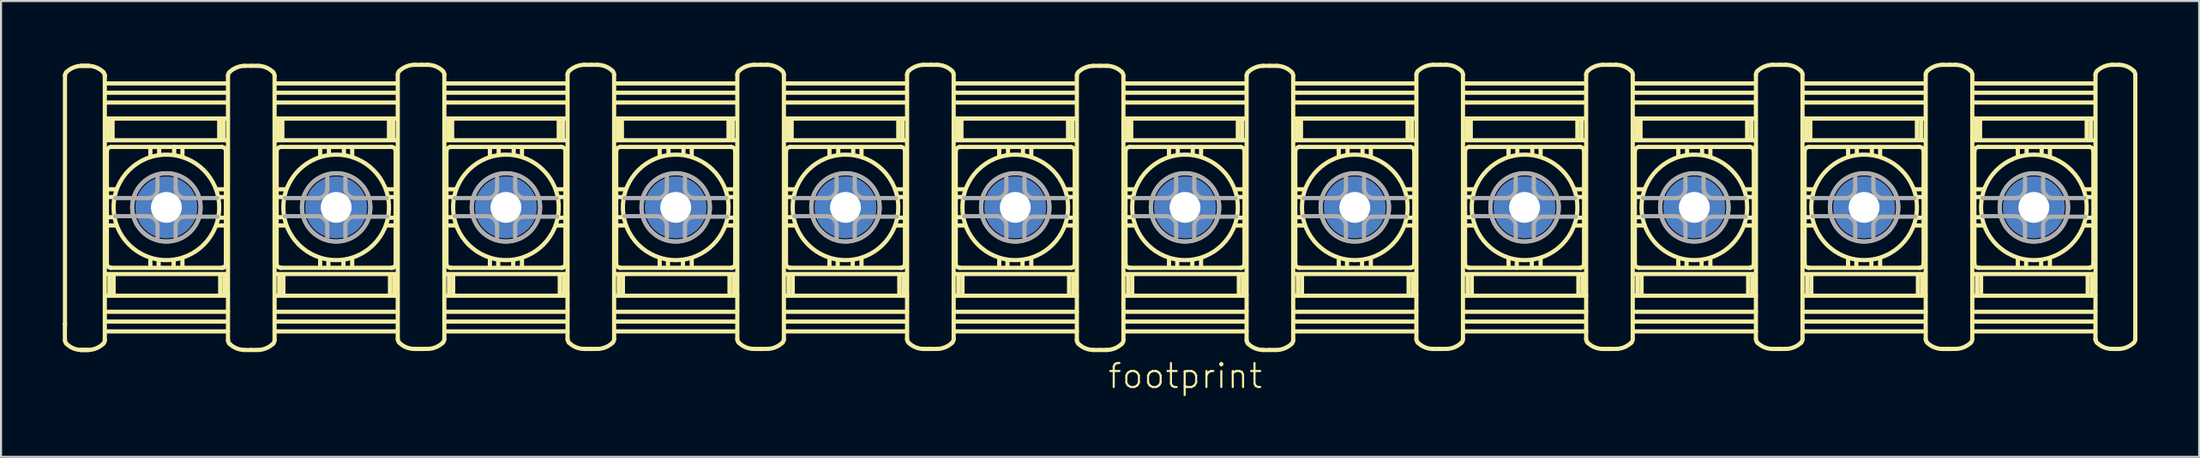
<source format=kicad_pcb>
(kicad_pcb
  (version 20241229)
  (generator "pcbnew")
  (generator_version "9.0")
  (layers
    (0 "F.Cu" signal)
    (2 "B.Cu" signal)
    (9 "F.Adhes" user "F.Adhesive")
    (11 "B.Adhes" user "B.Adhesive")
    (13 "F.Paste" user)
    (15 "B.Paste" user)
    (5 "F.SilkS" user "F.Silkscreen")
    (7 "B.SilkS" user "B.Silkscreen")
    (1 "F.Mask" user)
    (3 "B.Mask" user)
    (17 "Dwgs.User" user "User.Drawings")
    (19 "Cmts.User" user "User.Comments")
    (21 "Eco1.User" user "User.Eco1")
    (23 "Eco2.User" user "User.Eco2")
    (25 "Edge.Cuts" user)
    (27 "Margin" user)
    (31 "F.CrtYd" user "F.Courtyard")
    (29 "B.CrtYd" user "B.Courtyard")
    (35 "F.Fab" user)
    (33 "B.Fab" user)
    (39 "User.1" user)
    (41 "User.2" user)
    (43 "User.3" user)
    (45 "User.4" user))
  (footprint "footprint"
    (layer "F.Cu")
    (at 50.411 7.043)
    (property "Reference" "footprint" (at 0.315 8.89 0) (layer "F.SilkS") (effects (font (size 1.168 1.168) (thickness 0.102)) (justify left bottom)))
    (fp_line (start -50.304 -6.411) (end -50.304 5.682) (stroke (width 0.203) (type solid)) (layer "F.SilkS"))
    (fp_line (start -50.304 5.682) (end -50.304 5.707) (stroke (width 0.203) (type solid)) (layer "F.SilkS"))
    (fp_line (start -48.368 -6.411) (end -48.368 -6.436) (stroke (width 0.203) (type solid)) (layer "F.SilkS"))
    (fp_line (start -48.368 6.461) (end -48.368 -6.411) (stroke (width 0.203) (type solid)) (layer "F.SilkS"))
    (fp_line (start -48.342 3.243) (end -42.433 3.243) (stroke (width 0.203) (type solid)) (layer "F.SilkS"))
    (fp_line (start -48.342 4.299) (end -42.383 4.299) (stroke (width 0.203) (type solid)) (layer "F.SilkS"))
    (fp_line (start -48.342 5.079) (end -42.383 5.079) (stroke (width 0.203) (type solid)) (layer "F.SilkS"))
    (fp_line (start -48.342 5.556) (end -42.408 5.556) (stroke (width 0.203) (type solid)) (layer "F.SilkS"))
    (fp_line (start -48.342 6.034) (end -42.383 6.034) (stroke (width 0.203) (type solid)) (layer "F.SilkS"))
    (fp_line (start -48.317 0.88) (end -47.814 0.88) (stroke (width 0.203) (type solid)) (layer "F.SilkS"))
    (fp_line (start -48.266 -2.741) (end -48.266 2.74) (stroke (width 0.203) (type solid)) (layer "F.SilkS"))
    (fp_line (start -48.241 -0.88) (end -47.814 -0.88) (stroke (width 0.203) (type solid)) (layer "F.SilkS"))
    (fp_line (start -48.241 -0.503) (end -47.914 -0.503) (stroke (width 0.203) (type solid)) (layer "F.SilkS"))
    (fp_line (start -48.241 0.478) (end -47.914 0.478) (stroke (width 0.203) (type solid)) (layer "F.SilkS"))
    (fp_line (start -48.19 -3.319) (end -48.19 -4.299) (stroke (width 0.203) (type solid)) (layer "F.SilkS"))
    (fp_line (start -48.141 3.268) (end -48.141 4.274) (stroke (width 0.203) (type solid)) (layer "F.SilkS"))
    (fp_line (start -48.065 2.942) (end -48.065 2.942) (stroke (width 0.203) (type solid)) (layer "F.SilkS"))
    (fp_line (start -48.065 2.942) (end -42.66 2.942) (stroke (width 0.203) (type solid)) (layer "F.SilkS"))
    (fp_line (start -47.99 -3.294) (end -47.99 -4.274) (stroke (width 0.203) (type solid)) (layer "F.SilkS"))
    (fp_line (start -47.941 3.293) (end -47.941 4.274) (stroke (width 0.203) (type solid)) (layer "F.SilkS"))
    (fp_line (start -46.154 -2.464) (end -46.154 -2.917) (stroke (width 0.203) (type solid)) (layer "F.SilkS"))
    (fp_line (start -46.154 2.917) (end -46.154 2.489) (stroke (width 0.203) (type solid)) (layer "F.SilkS"))
    (fp_line (start -45.752 2.942) (end -45.752 2.564) (stroke (width 0.203) (type solid)) (layer "F.SilkS"))
    (fp_line (start -45.727 -2.564) (end -45.727 -2.917) (stroke (width 0.203) (type solid)) (layer "F.SilkS"))
    (fp_line (start -45.023 2.564) (end -45.023 2.917) (stroke (width 0.203) (type solid)) (layer "F.SilkS"))
    (fp_line (start -44.998 -2.942) (end -44.998 -2.564) (stroke (width 0.203) (type solid)) (layer "F.SilkS"))
    (fp_line (start -44.596 -2.917) (end -44.596 -2.489) (stroke (width 0.203) (type solid)) (layer "F.SilkS"))
    (fp_line (start -44.596 2.464) (end -44.596 2.917) (stroke (width 0.203) (type solid)) (layer "F.SilkS"))
    (fp_line (start -42.809 -3.319) (end -42.809 -4.274) (stroke (width 0.203) (type solid)) (layer "F.SilkS"))
    (fp_line (start -42.76 3.294) (end -42.76 4.274) (stroke (width 0.203) (type solid)) (layer "F.SilkS"))
    (fp_line (start -42.686 -2.942) (end -48.067 -2.942) (stroke (width 0.203) (type solid)) (layer "F.SilkS"))
    (fp_line (start -42.609 -3.294) (end -42.609 -4.249) (stroke (width 0.203) (type solid)) (layer "F.SilkS"))
    (fp_line (start -42.56 3.293) (end -42.56 4.274) (stroke (width 0.203) (type solid)) (layer "F.SilkS"))
    (fp_line (start -42.509 -0.88) (end -42.936 -0.88) (stroke (width 0.203) (type solid)) (layer "F.SilkS"))
    (fp_line (start -42.509 -0.503) (end -42.81 -0.503) (stroke (width 0.203) (type solid)) (layer "F.SilkS"))
    (fp_line (start -42.509 0.503) (end -42.836 0.503) (stroke (width 0.203) (type solid)) (layer "F.SilkS"))
    (fp_line (start -42.509 0.88) (end -42.936 0.88) (stroke (width 0.203) (type solid)) (layer "F.SilkS"))
    (fp_line (start -42.484 2.766) (end -42.484 -2.74) (stroke (width 0.203) (type solid)) (layer "F.SilkS"))
    (fp_line (start -42.432 -5.581) (end -48.34 -5.581) (stroke (width 0.203) (type solid)) (layer "F.SilkS"))
    (fp_line (start -42.432 -5.104) (end -48.34 -5.104) (stroke (width 0.203) (type solid)) (layer "F.SilkS"))
    (fp_line (start -42.432 -4.324) (end -48.34 -4.324) (stroke (width 0.203) (type solid)) (layer "F.SilkS"))
    (fp_line (start -42.432 -3.268) (end -48.29 -3.268) (stroke (width 0.203) (type solid)) (layer "F.SilkS"))
    (fp_line (start -42.408 -6.034) (end -48.367 -6.034) (stroke (width 0.203) (type solid)) (layer "F.SilkS"))
    (fp_line (start -42.382 -6.411) (end -42.382 6.462) (stroke (width 0.203) (type solid)) (layer "F.SilkS"))
    (fp_line (start -40.118 6.461) (end -40.118 -6.411) (stroke (width 0.203) (type solid)) (layer "F.SilkS"))
    (fp_line (start -40.092 3.243) (end -34.183 3.243) (stroke (width 0.203) (type solid)) (layer "F.SilkS"))
    (fp_line (start -40.092 4.299) (end -34.133 4.299) (stroke (width 0.203) (type solid)) (layer "F.SilkS"))
    (fp_line (start -40.092 5.079) (end -34.133 5.079) (stroke (width 0.203) (type solid)) (layer "F.SilkS"))
    (fp_line (start -40.092 5.556) (end -34.158 5.556) (stroke (width 0.203) (type solid)) (layer "F.SilkS"))
    (fp_line (start -40.092 6.034) (end -34.133 6.034) (stroke (width 0.203) (type solid)) (layer "F.SilkS"))
    (fp_line (start -40.067 0.88) (end -39.564 0.88) (stroke (width 0.203) (type solid)) (layer "F.SilkS"))
    (fp_line (start -40.016 -2.741) (end -40.016 2.74) (stroke (width 0.203) (type solid)) (layer "F.SilkS"))
    (fp_line (start -39.991 -0.88) (end -39.564 -0.88) (stroke (width 0.203) (type solid)) (layer "F.SilkS"))
    (fp_line (start -39.991 -0.503) (end -39.664 -0.503) (stroke (width 0.203) (type solid)) (layer "F.SilkS"))
    (fp_line (start -39.991 0.478) (end -39.664 0.478) (stroke (width 0.203) (type solid)) (layer "F.SilkS"))
    (fp_line (start -39.94 -3.319) (end -39.94 -4.299) (stroke (width 0.203) (type solid)) (layer "F.SilkS"))
    (fp_line (start -39.891 3.268) (end -39.891 4.274) (stroke (width 0.203) (type solid)) (layer "F.SilkS"))
    (fp_line (start -39.815 2.942) (end -39.815 2.942) (stroke (width 0.203) (type solid)) (layer "F.SilkS"))
    (fp_line (start -39.815 2.942) (end -34.41 2.942) (stroke (width 0.203) (type solid)) (layer "F.SilkS"))
    (fp_line (start -39.74 -3.294) (end -39.74 -4.274) (stroke (width 0.203) (type solid)) (layer "F.SilkS"))
    (fp_line (start -39.691 3.293) (end -39.691 4.274) (stroke (width 0.203) (type solid)) (layer "F.SilkS"))
    (fp_line (start -37.904 -2.464) (end -37.904 -2.917) (stroke (width 0.203) (type solid)) (layer "F.SilkS"))
    (fp_line (start -37.904 2.917) (end -37.904 2.489) (stroke (width 0.203) (type solid)) (layer "F.SilkS"))
    (fp_line (start -37.502 2.942) (end -37.502 2.564) (stroke (width 0.203) (type solid)) (layer "F.SilkS"))
    (fp_line (start -37.477 -2.564) (end -37.477 -2.917) (stroke (width 0.203) (type solid)) (layer "F.SilkS"))
    (fp_line (start -36.773 2.564) (end -36.773 2.917) (stroke (width 0.203) (type solid)) (layer "F.SilkS"))
    (fp_line (start -36.748 -2.942) (end -36.748 -2.564) (stroke (width 0.203) (type solid)) (layer "F.SilkS"))
    (fp_line (start -36.346 -2.917) (end -36.346 -2.489) (stroke (width 0.203) (type solid)) (layer "F.SilkS"))
    (fp_line (start -36.346 2.464) (end -36.346 2.917) (stroke (width 0.203) (type solid)) (layer "F.SilkS"))
    (fp_line (start -34.559 -3.319) (end -34.559 -4.274) (stroke (width 0.203) (type solid)) (layer "F.SilkS"))
    (fp_line (start -34.51 3.294) (end -34.51 4.274) (stroke (width 0.203) (type solid)) (layer "F.SilkS"))
    (fp_line (start -34.436 -2.942) (end -39.817 -2.942) (stroke (width 0.203) (type solid)) (layer "F.SilkS"))
    (fp_line (start -34.359 -3.294) (end -34.359 -4.249) (stroke (width 0.203) (type solid)) (layer "F.SilkS"))
    (fp_line (start -34.31 3.293) (end -34.31 4.274) (stroke (width 0.203) (type solid)) (layer "F.SilkS"))
    (fp_line (start -34.259 -0.88) (end -34.686 -0.88) (stroke (width 0.203) (type solid)) (layer "F.SilkS"))
    (fp_line (start -34.259 -0.503) (end -34.56 -0.503) (stroke (width 0.203) (type solid)) (layer "F.SilkS"))
    (fp_line (start -34.259 0.503) (end -34.586 0.503) (stroke (width 0.203) (type solid)) (layer "F.SilkS"))
    (fp_line (start -34.259 0.88) (end -34.686 0.88) (stroke (width 0.203) (type solid)) (layer "F.SilkS"))
    (fp_line (start -34.234 2.766) (end -34.234 -2.74) (stroke (width 0.203) (type solid)) (layer "F.SilkS"))
    (fp_line (start -34.182 -5.581) (end -40.09 -5.581) (stroke (width 0.203) (type solid)) (layer "F.SilkS"))
    (fp_line (start -34.182 -5.104) (end -40.09 -5.104) (stroke (width 0.203) (type solid)) (layer "F.SilkS"))
    (fp_line (start -34.182 -4.324) (end -40.09 -4.324) (stroke (width 0.203) (type solid)) (layer "F.SilkS"))
    (fp_line (start -34.182 -3.268) (end -40.04 -3.268) (stroke (width 0.203) (type solid)) (layer "F.SilkS"))
    (fp_line (start -34.158 -6.034) (end -40.117 -6.034) (stroke (width 0.203) (type solid)) (layer "F.SilkS"))
    (fp_line (start -34.132 -6.461) (end -34.132 6.411) (stroke (width 0.203) (type solid)) (layer "F.SilkS"))
    (fp_line (start -31.868 6.411) (end -31.868 -6.462) (stroke (width 0.203) (type solid)) (layer "F.SilkS"))
    (fp_line (start -31.842 3.243) (end -25.933 3.243) (stroke (width 0.203) (type solid)) (layer "F.SilkS"))
    (fp_line (start -31.842 4.299) (end -25.883 4.299) (stroke (width 0.203) (type solid)) (layer "F.SilkS"))
    (fp_line (start -31.842 5.079) (end -25.883 5.079) (stroke (width 0.203) (type solid)) (layer "F.SilkS"))
    (fp_line (start -31.842 5.556) (end -25.908 5.556) (stroke (width 0.203) (type solid)) (layer "F.SilkS"))
    (fp_line (start -31.842 6.034) (end -25.883 6.034) (stroke (width 0.203) (type solid)) (layer "F.SilkS"))
    (fp_line (start -31.817 0.88) (end -31.314 0.88) (stroke (width 0.203) (type solid)) (layer "F.SilkS"))
    (fp_line (start -31.766 -2.741) (end -31.766 2.74) (stroke (width 0.203) (type solid)) (layer "F.SilkS"))
    (fp_line (start -31.741 -0.88) (end -31.314 -0.88) (stroke (width 0.203) (type solid)) (layer "F.SilkS"))
    (fp_line (start -31.741 -0.503) (end -31.414 -0.503) (stroke (width 0.203) (type solid)) (layer "F.SilkS"))
    (fp_line (start -31.741 0.478) (end -31.414 0.478) (stroke (width 0.203) (type solid)) (layer "F.SilkS"))
    (fp_line (start -31.689 -3.319) (end -31.689 -4.299) (stroke (width 0.203) (type solid)) (layer "F.SilkS"))
    (fp_line (start -31.641 3.268) (end -31.641 4.274) (stroke (width 0.203) (type solid)) (layer "F.SilkS"))
    (fp_line (start -31.565 2.942) (end -31.565 2.942) (stroke (width 0.203) (type solid)) (layer "F.SilkS"))
    (fp_line (start -31.565 2.942) (end -26.16 2.942) (stroke (width 0.203) (type solid)) (layer "F.SilkS"))
    (fp_line (start -31.49 -3.294) (end -31.49 -4.274) (stroke (width 0.203) (type solid)) (layer "F.SilkS"))
    (fp_line (start -31.441 3.293) (end -31.441 4.274) (stroke (width 0.203) (type solid)) (layer "F.SilkS"))
    (fp_line (start -29.654 -2.464) (end -29.654 -2.917) (stroke (width 0.203) (type solid)) (layer "F.SilkS"))
    (fp_line (start -29.654 2.917) (end -29.654 2.489) (stroke (width 0.203) (type solid)) (layer "F.SilkS"))
    (fp_line (start -29.252 2.942) (end -29.252 2.564) (stroke (width 0.203) (type solid)) (layer "F.SilkS"))
    (fp_line (start -29.227 -2.564) (end -29.227 -2.917) (stroke (width 0.203) (type solid)) (layer "F.SilkS"))
    (fp_line (start -28.523 2.564) (end -28.523 2.917) (stroke (width 0.203) (type solid)) (layer "F.SilkS"))
    (fp_line (start -28.498 -2.942) (end -28.498 -2.564) (stroke (width 0.203) (type solid)) (layer "F.SilkS"))
    (fp_line (start -28.096 -2.917) (end -28.096 -2.489) (stroke (width 0.203) (type solid)) (layer "F.SilkS"))
    (fp_line (start -28.096 2.464) (end -28.096 2.917) (stroke (width 0.203) (type solid)) (layer "F.SilkS"))
    (fp_line (start -26.309 -3.319) (end -26.309 -4.274) (stroke (width 0.203) (type solid)) (layer "F.SilkS"))
    (fp_line (start -26.26 3.294) (end -26.26 4.274) (stroke (width 0.203) (type solid)) (layer "F.SilkS"))
    (fp_line (start -26.186 -2.942) (end -31.567 -2.942) (stroke (width 0.203) (type solid)) (layer "F.SilkS"))
    (fp_line (start -26.109 -3.294) (end -26.109 -4.249) (stroke (width 0.203) (type solid)) (layer "F.SilkS"))
    (fp_line (start -26.061 3.293) (end -26.061 4.274) (stroke (width 0.203) (type solid)) (layer "F.SilkS"))
    (fp_line (start -26.009 -0.88) (end -26.436 -0.88) (stroke (width 0.203) (type solid)) (layer "F.SilkS"))
    (fp_line (start -26.009 -0.503) (end -26.311 -0.503) (stroke (width 0.203) (type solid)) (layer "F.SilkS"))
    (fp_line (start -26.009 0.503) (end -26.336 0.503) (stroke (width 0.203) (type solid)) (layer "F.SilkS"))
    (fp_line (start -26.009 0.88) (end -26.436 0.88) (stroke (width 0.203) (type solid)) (layer "F.SilkS"))
    (fp_line (start -25.984 2.766) (end -25.984 -2.74) (stroke (width 0.203) (type solid)) (layer "F.SilkS"))
    (fp_line (start -25.932 -5.581) (end -31.84 -5.581) (stroke (width 0.203) (type solid)) (layer "F.SilkS"))
    (fp_line (start -25.932 -5.104) (end -31.84 -5.104) (stroke (width 0.203) (type solid)) (layer "F.SilkS"))
    (fp_line (start -25.932 -4.324) (end -31.84 -4.324) (stroke (width 0.203) (type solid)) (layer "F.SilkS"))
    (fp_line (start -25.932 -3.268) (end -31.79 -3.268) (stroke (width 0.203) (type solid)) (layer "F.SilkS"))
    (fp_line (start -25.908 -6.034) (end -31.867 -6.034) (stroke (width 0.203) (type solid)) (layer "F.SilkS"))
    (fp_line (start -25.882 -6.461) (end -25.882 6.411) (stroke (width 0.203) (type solid)) (layer "F.SilkS"))
    (fp_line (start -23.618 6.411) (end -23.618 -6.462) (stroke (width 0.203) (type solid)) (layer "F.SilkS"))
    (fp_line (start -23.592 3.243) (end -17.683 3.243) (stroke (width 0.203) (type solid)) (layer "F.SilkS"))
    (fp_line (start -23.592 4.299) (end -17.633 4.299) (stroke (width 0.203) (type solid)) (layer "F.SilkS"))
    (fp_line (start -23.592 5.079) (end -17.633 5.079) (stroke (width 0.203) (type solid)) (layer "F.SilkS"))
    (fp_line (start -23.592 5.556) (end -17.658 5.556) (stroke (width 0.203) (type solid)) (layer "F.SilkS"))
    (fp_line (start -23.592 6.034) (end -17.633 6.034) (stroke (width 0.203) (type solid)) (layer "F.SilkS"))
    (fp_line (start -23.567 0.88) (end -23.064 0.88) (stroke (width 0.203) (type solid)) (layer "F.SilkS"))
    (fp_line (start -23.516 -2.741) (end -23.516 2.74) (stroke (width 0.203) (type solid)) (layer "F.SilkS"))
    (fp_line (start -23.491 -0.88) (end -23.064 -0.88) (stroke (width 0.203) (type solid)) (layer "F.SilkS"))
    (fp_line (start -23.491 -0.503) (end -23.164 -0.503) (stroke (width 0.203) (type solid)) (layer "F.SilkS"))
    (fp_line (start -23.491 0.478) (end -23.164 0.478) (stroke (width 0.203) (type solid)) (layer "F.SilkS"))
    (fp_line (start -23.439 -3.319) (end -23.439 -4.299) (stroke (width 0.203) (type solid)) (layer "F.SilkS"))
    (fp_line (start -23.391 3.268) (end -23.391 4.274) (stroke (width 0.203) (type solid)) (layer "F.SilkS"))
    (fp_line (start -23.315 2.942) (end -23.315 2.942) (stroke (width 0.203) (type solid)) (layer "F.SilkS"))
    (fp_line (start -23.315 2.942) (end -17.91 2.942) (stroke (width 0.203) (type solid)) (layer "F.SilkS"))
    (fp_line (start -23.24 -3.294) (end -23.24 -4.274) (stroke (width 0.203) (type solid)) (layer "F.SilkS"))
    (fp_line (start -23.191 3.293) (end -23.191 4.274) (stroke (width 0.203) (type solid)) (layer "F.SilkS"))
    (fp_line (start -21.404 -2.464) (end -21.404 -2.917) (stroke (width 0.203) (type solid)) (layer "F.SilkS"))
    (fp_line (start -21.404 2.917) (end -21.404 2.489) (stroke (width 0.203) (type solid)) (layer "F.SilkS"))
    (fp_line (start -21.002 2.942) (end -21.002 2.564) (stroke (width 0.203) (type solid)) (layer "F.SilkS"))
    (fp_line (start -20.977 -2.564) (end -20.977 -2.917) (stroke (width 0.203) (type solid)) (layer "F.SilkS"))
    (fp_line (start -20.273 2.564) (end -20.273 2.917) (stroke (width 0.203) (type solid)) (layer "F.SilkS"))
    (fp_line (start -20.248 -2.942) (end -20.248 -2.564) (stroke (width 0.203) (type solid)) (layer "F.SilkS"))
    (fp_line (start -19.846 -2.917) (end -19.846 -2.489) (stroke (width 0.203) (type solid)) (layer "F.SilkS"))
    (fp_line (start -19.846 2.464) (end -19.846 2.917) (stroke (width 0.203) (type solid)) (layer "F.SilkS"))
    (fp_line (start -18.059 -3.319) (end -18.059 -4.274) (stroke (width 0.203) (type solid)) (layer "F.SilkS"))
    (fp_line (start -18.01 3.294) (end -18.01 4.274) (stroke (width 0.203) (type solid)) (layer "F.SilkS"))
    (fp_line (start -17.936 -2.942) (end -23.317 -2.942) (stroke (width 0.203) (type solid)) (layer "F.SilkS"))
    (fp_line (start -17.859 -3.294) (end -17.859 -4.249) (stroke (width 0.203) (type solid)) (layer "F.SilkS"))
    (fp_line (start -17.811 3.293) (end -17.811 4.274) (stroke (width 0.203) (type solid)) (layer "F.SilkS"))
    (fp_line (start -17.759 -0.88) (end -18.186 -0.88) (stroke (width 0.203) (type solid)) (layer "F.SilkS"))
    (fp_line (start -17.759 -0.503) (end -18.061 -0.503) (stroke (width 0.203) (type solid)) (layer "F.SilkS"))
    (fp_line (start -17.759 0.503) (end -18.086 0.503) (stroke (width 0.203) (type solid)) (layer "F.SilkS"))
    (fp_line (start -17.759 0.88) (end -18.186 0.88) (stroke (width 0.203) (type solid)) (layer "F.SilkS"))
    (fp_line (start -17.734 2.766) (end -17.734 -2.74) (stroke (width 0.203) (type solid)) (layer "F.SilkS"))
    (fp_line (start -17.682 -5.581) (end -23.59 -5.581) (stroke (width 0.203) (type solid)) (layer "F.SilkS"))
    (fp_line (start -17.682 -5.104) (end -23.59 -5.104) (stroke (width 0.203) (type solid)) (layer "F.SilkS"))
    (fp_line (start -17.682 -4.324) (end -23.59 -4.324) (stroke (width 0.203) (type solid)) (layer "F.SilkS"))
    (fp_line (start -17.682 -3.268) (end -23.54 -3.268) (stroke (width 0.203) (type solid)) (layer "F.SilkS"))
    (fp_line (start -17.658 -6.034) (end -23.617 -6.034) (stroke (width 0.203) (type solid)) (layer "F.SilkS"))
    (fp_line (start -17.632 -6.461) (end -17.632 6.411) (stroke (width 0.203) (type solid)) (layer "F.SilkS"))
    (fp_line (start -15.368 6.411) (end -15.368 -6.462) (stroke (width 0.203) (type solid)) (layer "F.SilkS"))
    (fp_line (start -15.342 3.243) (end -9.433 3.243) (stroke (width 0.203) (type solid)) (layer "F.SilkS"))
    (fp_line (start -15.342 4.299) (end -9.383 4.299) (stroke (width 0.203) (type solid)) (layer "F.SilkS"))
    (fp_line (start -15.342 5.079) (end -9.383 5.079) (stroke (width 0.203) (type solid)) (layer "F.SilkS"))
    (fp_line (start -15.342 5.556) (end -9.408 5.556) (stroke (width 0.203) (type solid)) (layer "F.SilkS"))
    (fp_line (start -15.342 6.034) (end -9.383 6.034) (stroke (width 0.203) (type solid)) (layer "F.SilkS"))
    (fp_line (start -15.317 0.88) (end -14.814 0.88) (stroke (width 0.203) (type solid)) (layer "F.SilkS"))
    (fp_line (start -15.266 -2.741) (end -15.266 2.74) (stroke (width 0.203) (type solid)) (layer "F.SilkS"))
    (fp_line (start -15.241 -0.88) (end -14.814 -0.88) (stroke (width 0.203) (type solid)) (layer "F.SilkS"))
    (fp_line (start -15.241 -0.503) (end -14.914 -0.503) (stroke (width 0.203) (type solid)) (layer "F.SilkS"))
    (fp_line (start -15.241 0.478) (end -14.914 0.478) (stroke (width 0.203) (type solid)) (layer "F.SilkS"))
    (fp_line (start -15.19 -3.319) (end -15.19 -4.299) (stroke (width 0.203) (type solid)) (layer "F.SilkS"))
    (fp_line (start -15.141 3.268) (end -15.141 4.274) (stroke (width 0.203) (type solid)) (layer "F.SilkS"))
    (fp_line (start -15.065 2.942) (end -15.065 2.942) (stroke (width 0.203) (type solid)) (layer "F.SilkS"))
    (fp_line (start -15.065 2.942) (end -9.66 2.942) (stroke (width 0.203) (type solid)) (layer "F.SilkS"))
    (fp_line (start -14.99 -3.294) (end -14.99 -4.274) (stroke (width 0.203) (type solid)) (layer "F.SilkS"))
    (fp_line (start -14.941 3.293) (end -14.941 4.274) (stroke (width 0.203) (type solid)) (layer "F.SilkS"))
    (fp_line (start -13.154 -2.464) (end -13.154 -2.917) (stroke (width 0.203) (type solid)) (layer "F.SilkS"))
    (fp_line (start -13.154 2.917) (end -13.154 2.489) (stroke (width 0.203) (type solid)) (layer "F.SilkS"))
    (fp_line (start -12.752 2.942) (end -12.752 2.564) (stroke (width 0.203) (type solid)) (layer "F.SilkS"))
    (fp_line (start -12.727 -2.564) (end -12.727 -2.917) (stroke (width 0.203) (type solid)) (layer "F.SilkS"))
    (fp_line (start -12.023 2.564) (end -12.023 2.917) (stroke (width 0.203) (type solid)) (layer "F.SilkS"))
    (fp_line (start -11.998 -2.942) (end -11.998 -2.564) (stroke (width 0.203) (type solid)) (layer "F.SilkS"))
    (fp_line (start -11.596 -2.917) (end -11.596 -2.489) (stroke (width 0.203) (type solid)) (layer "F.SilkS"))
    (fp_line (start -11.596 2.464) (end -11.596 2.917) (stroke (width 0.203) (type solid)) (layer "F.SilkS"))
    (fp_line (start -9.809 -3.319) (end -9.809 -4.274) (stroke (width 0.203) (type solid)) (layer "F.SilkS"))
    (fp_line (start -9.76 3.294) (end -9.76 4.274) (stroke (width 0.203) (type solid)) (layer "F.SilkS"))
    (fp_line (start -9.686 -2.942) (end -15.067 -2.942) (stroke (width 0.203) (type solid)) (layer "F.SilkS"))
    (fp_line (start -9.609 -3.294) (end -9.609 -4.249) (stroke (width 0.203) (type solid)) (layer "F.SilkS"))
    (fp_line (start -9.56 3.293) (end -9.56 4.274) (stroke (width 0.203) (type solid)) (layer "F.SilkS"))
    (fp_line (start -9.509 -0.88) (end -9.936 -0.88) (stroke (width 0.203) (type solid)) (layer "F.SilkS"))
    (fp_line (start -9.509 -0.503) (end -9.81 -0.503) (stroke (width 0.203) (type solid)) (layer "F.SilkS"))
    (fp_line (start -9.509 0.503) (end -9.836 0.503) (stroke (width 0.203) (type solid)) (layer "F.SilkS"))
    (fp_line (start -9.509 0.88) (end -9.936 0.88) (stroke (width 0.203) (type solid)) (layer "F.SilkS"))
    (fp_line (start -9.484 2.766) (end -9.484 -2.74) (stroke (width 0.203) (type solid)) (layer "F.SilkS"))
    (fp_line (start -9.432 -5.581) (end -15.34 -5.581) (stroke (width 0.203) (type solid)) (layer "F.SilkS"))
    (fp_line (start -9.432 -5.104) (end -15.34 -5.104) (stroke (width 0.203) (type solid)) (layer "F.SilkS"))
    (fp_line (start -9.432 -4.324) (end -15.34 -4.324) (stroke (width 0.203) (type solid)) (layer "F.SilkS"))
    (fp_line (start -9.432 -3.268) (end -15.29 -3.268) (stroke (width 0.203) (type solid)) (layer "F.SilkS"))
    (fp_line (start -9.408 -6.034) (end -15.367 -6.034) (stroke (width 0.203) (type solid)) (layer "F.SilkS"))
    (fp_line (start -9.382 -6.461) (end -9.382 6.411) (stroke (width 0.203) (type solid)) (layer "F.SilkS"))
    (fp_line (start -7.118 6.411) (end -7.118 -6.462) (stroke (width 0.203) (type solid)) (layer "F.SilkS"))
    (fp_line (start -7.092 3.243) (end -1.183 3.243) (stroke (width 0.203) (type solid)) (layer "F.SilkS"))
    (fp_line (start -7.092 4.299) (end -1.133 4.299) (stroke (width 0.203) (type solid)) (layer "F.SilkS"))
    (fp_line (start -7.092 5.079) (end -1.133 5.079) (stroke (width 0.203) (type solid)) (layer "F.SilkS"))
    (fp_line (start -7.092 5.556) (end -1.158 5.556) (stroke (width 0.203) (type solid)) (layer "F.SilkS"))
    (fp_line (start -7.092 6.034) (end -1.133 6.034) (stroke (width 0.203) (type solid)) (layer "F.SilkS"))
    (fp_line (start -7.067 0.88) (end -6.564 0.88) (stroke (width 0.203) (type solid)) (layer "F.SilkS"))
    (fp_line (start -7.016 -2.741) (end -7.016 2.74) (stroke (width 0.203) (type solid)) (layer "F.SilkS"))
    (fp_line (start -6.991 -0.88) (end -6.564 -0.88) (stroke (width 0.203) (type solid)) (layer "F.SilkS"))
    (fp_line (start -6.991 -0.503) (end -6.664 -0.503) (stroke (width 0.203) (type solid)) (layer "F.SilkS"))
    (fp_line (start -6.991 0.478) (end -6.664 0.478) (stroke (width 0.203) (type solid)) (layer "F.SilkS"))
    (fp_line (start -6.939 -3.319) (end -6.939 -4.299) (stroke (width 0.203) (type solid)) (layer "F.SilkS"))
    (fp_line (start -6.891 3.268) (end -6.891 4.274) (stroke (width 0.203) (type solid)) (layer "F.SilkS"))
    (fp_line (start -6.815 2.942) (end -6.815 2.942) (stroke (width 0.203) (type solid)) (layer "F.SilkS"))
    (fp_line (start -6.815 2.942) (end -1.41 2.942) (stroke (width 0.203) (type solid)) (layer "F.SilkS"))
    (fp_line (start -6.74 -3.294) (end -6.74 -4.274) (stroke (width 0.203) (type solid)) (layer "F.SilkS"))
    (fp_line (start -6.691 3.293) (end -6.691 4.274) (stroke (width 0.203) (type solid)) (layer "F.SilkS"))
    (fp_line (start -4.904 -2.464) (end -4.904 -2.917) (stroke (width 0.203) (type solid)) (layer "F.SilkS"))
    (fp_line (start -4.904 2.917) (end -4.904 2.489) (stroke (width 0.203) (type solid)) (layer "F.SilkS"))
    (fp_line (start -4.502 2.942) (end -4.502 2.564) (stroke (width 0.203) (type solid)) (layer "F.SilkS"))
    (fp_line (start -4.477 -2.564) (end -4.477 -2.917) (stroke (width 0.203) (type solid)) (layer "F.SilkS"))
    (fp_line (start -3.773 2.564) (end -3.773 2.917) (stroke (width 0.203) (type solid)) (layer "F.SilkS"))
    (fp_line (start -3.748 -2.942) (end -3.748 -2.564) (stroke (width 0.203) (type solid)) (layer "F.SilkS"))
    (fp_line (start -3.346 -2.917) (end -3.346 -2.489) (stroke (width 0.203) (type solid)) (layer "F.SilkS"))
    (fp_line (start -3.346 2.464) (end -3.346 2.917) (stroke (width 0.203) (type solid)) (layer "F.SilkS"))
    (fp_line (start -1.559 -3.319) (end -1.559 -4.274) (stroke (width 0.203) (type solid)) (layer "F.SilkS"))
    (fp_line (start -1.51 3.294) (end -1.51 4.274) (stroke (width 0.203) (type solid)) (layer "F.SilkS"))
    (fp_line (start -1.436 -2.942) (end -6.817 -2.942) (stroke (width 0.203) (type solid)) (layer "F.SilkS"))
    (fp_line (start -1.359 -3.294) (end -1.359 -4.249) (stroke (width 0.203) (type solid)) (layer "F.SilkS"))
    (fp_line (start -1.31 3.293) (end -1.31 4.274) (stroke (width 0.203) (type solid)) (layer "F.SilkS"))
    (fp_line (start -1.259 -0.88) (end -1.686 -0.88) (stroke (width 0.203) (type solid)) (layer "F.SilkS"))
    (fp_line (start -1.259 -0.503) (end -1.56 -0.503) (stroke (width 0.203) (type solid)) (layer "F.SilkS"))
    (fp_line (start -1.259 0.503) (end -1.586 0.503) (stroke (width 0.203) (type solid)) (layer "F.SilkS"))
    (fp_line (start -1.259 0.88) (end -1.686 0.88) (stroke (width 0.203) (type solid)) (layer "F.SilkS"))
    (fp_line (start -1.234 2.766) (end -1.234 -2.74) (stroke (width 0.203) (type solid)) (layer "F.SilkS"))
    (fp_line (start -1.182 -5.581) (end -7.09 -5.581) (stroke (width 0.203) (type solid)) (layer "F.SilkS"))
    (fp_line (start -1.182 -5.104) (end -7.09 -5.104) (stroke (width 0.203) (type solid)) (layer "F.SilkS"))
    (fp_line (start -1.182 -4.324) (end -7.09 -4.324) (stroke (width 0.203) (type solid)) (layer "F.SilkS"))
    (fp_line (start -1.182 -3.268) (end -7.04 -3.268) (stroke (width 0.203) (type solid)) (layer "F.SilkS"))
    (fp_line (start -1.158 -6.034) (end -7.117 -6.034) (stroke (width 0.203) (type solid)) (layer "F.SilkS"))
    (fp_line (start -1.132 -6.411) (end -1.132 6.462) (stroke (width 0.203) (type solid)) (layer "F.SilkS"))
    (fp_line (start 1.132 6.461) (end 1.132 -6.411) (stroke (width 0.203) (type solid)) (layer "F.SilkS"))
    (fp_line (start 1.158 3.243) (end 7.067 3.243) (stroke (width 0.203) (type solid)) (layer "F.SilkS"))
    (fp_line (start 1.158 4.299) (end 7.117 4.299) (stroke (width 0.203) (type solid)) (layer "F.SilkS"))
    (fp_line (start 1.158 5.079) (end 7.117 5.079) (stroke (width 0.203) (type solid)) (layer "F.SilkS"))
    (fp_line (start 1.158 5.556) (end 7.092 5.556) (stroke (width 0.203) (type solid)) (layer "F.SilkS"))
    (fp_line (start 1.158 6.034) (end 7.117 6.034) (stroke (width 0.203) (type solid)) (layer "F.SilkS"))
    (fp_line (start 1.183 0.88) (end 1.686 0.88) (stroke (width 0.203) (type solid)) (layer "F.SilkS"))
    (fp_line (start 1.234 -2.741) (end 1.234 2.74) (stroke (width 0.203) (type solid)) (layer "F.SilkS"))
    (fp_line (start 1.259 -0.88) (end 1.686 -0.88) (stroke (width 0.203) (type solid)) (layer "F.SilkS"))
    (fp_line (start 1.259 -0.503) (end 1.586 -0.503) (stroke (width 0.203) (type solid)) (layer "F.SilkS"))
    (fp_line (start 1.259 0.478) (end 1.586 0.478) (stroke (width 0.203) (type solid)) (layer "F.SilkS"))
    (fp_line (start 1.31 -3.319) (end 1.31 -4.299) (stroke (width 0.203) (type solid)) (layer "F.SilkS"))
    (fp_line (start 1.359 3.268) (end 1.359 4.274) (stroke (width 0.203) (type solid)) (layer "F.SilkS"))
    (fp_line (start 1.435 2.942) (end 1.435 2.942) (stroke (width 0.203) (type solid)) (layer "F.SilkS"))
    (fp_line (start 1.435 2.942) (end 6.84 2.942) (stroke (width 0.203) (type solid)) (layer "F.SilkS"))
    (fp_line (start 1.51 -3.294) (end 1.51 -4.274) (stroke (width 0.203) (type solid)) (layer "F.SilkS"))
    (fp_line (start 1.559 3.293) (end 1.559 4.274) (stroke (width 0.203) (type solid)) (layer "F.SilkS"))
    (fp_line (start 3.346 -2.464) (end 3.346 -2.917) (stroke (width 0.203) (type solid)) (layer "F.SilkS"))
    (fp_line (start 3.346 2.917) (end 3.346 2.489) (stroke (width 0.203) (type solid)) (layer "F.SilkS"))
    (fp_line (start 3.748 2.942) (end 3.748 2.564) (stroke (width 0.203) (type solid)) (layer "F.SilkS"))
    (fp_line (start 3.773 -2.564) (end 3.773 -2.917) (stroke (width 0.203) (type solid)) (layer "F.SilkS"))
    (fp_line (start 4.477 2.564) (end 4.477 2.917) (stroke (width 0.203) (type solid)) (layer "F.SilkS"))
    (fp_line (start 4.502 -2.942) (end 4.502 -2.564) (stroke (width 0.203) (type solid)) (layer "F.SilkS"))
    (fp_line (start 4.904 -2.917) (end 4.904 -2.489) (stroke (width 0.203) (type solid)) (layer "F.SilkS"))
    (fp_line (start 4.904 2.464) (end 4.904 2.917) (stroke (width 0.203) (type solid)) (layer "F.SilkS"))
    (fp_line (start 6.691 -3.319) (end 6.691 -4.274) (stroke (width 0.203) (type solid)) (layer "F.SilkS"))
    (fp_line (start 6.74 3.294) (end 6.74 4.274) (stroke (width 0.203) (type solid)) (layer "F.SilkS"))
    (fp_line (start 6.814 -2.942) (end 1.433 -2.942) (stroke (width 0.203) (type solid)) (layer "F.SilkS"))
    (fp_line (start 6.891 -3.294) (end 6.891 -4.249) (stroke (width 0.203) (type solid)) (layer "F.SilkS"))
    (fp_line (start 6.939 3.293) (end 6.939 4.274) (stroke (width 0.203) (type solid)) (layer "F.SilkS"))
    (fp_line (start 6.991 -0.88) (end 6.564 -0.88) (stroke (width 0.203) (type solid)) (layer "F.SilkS"))
    (fp_line (start 6.991 -0.503) (end 6.689 -0.503) (stroke (width 0.203) (type solid)) (layer "F.SilkS"))
    (fp_line (start 6.991 0.503) (end 6.664 0.503) (stroke (width 0.203) (type solid)) (layer "F.SilkS"))
    (fp_line (start 6.991 0.88) (end 6.564 0.88) (stroke (width 0.203) (type solid)) (layer "F.SilkS"))
    (fp_line (start 7.016 2.766) (end 7.016 -2.74) (stroke (width 0.203) (type solid)) (layer "F.SilkS"))
    (fp_line (start 7.068 -5.581) (end 1.16 -5.581) (stroke (width 0.203) (type solid)) (layer "F.SilkS"))
    (fp_line (start 7.068 -5.104) (end 1.16 -5.104) (stroke (width 0.203) (type solid)) (layer "F.SilkS"))
    (fp_line (start 7.068 -4.324) (end 1.16 -4.324) (stroke (width 0.203) (type solid)) (layer "F.SilkS"))
    (fp_line (start 7.068 -3.268) (end 1.21 -3.268) (stroke (width 0.203) (type solid)) (layer "F.SilkS"))
    (fp_line (start 7.092 -6.034) (end 1.133 -6.034) (stroke (width 0.203) (type solid)) (layer "F.SilkS"))
    (fp_line (start 7.118 -6.411) (end 7.118 6.462) (stroke (width 0.203) (type solid)) (layer "F.SilkS"))
    (fp_line (start 9.382 6.461) (end 9.382 -6.411) (stroke (width 0.203) (type solid)) (layer "F.SilkS"))
    (fp_line (start 9.408 3.243) (end 15.317 3.243) (stroke (width 0.203) (type solid)) (layer "F.SilkS"))
    (fp_line (start 9.408 4.299) (end 15.367 4.299) (stroke (width 0.203) (type solid)) (layer "F.SilkS"))
    (fp_line (start 9.408 5.079) (end 15.367 5.079) (stroke (width 0.203) (type solid)) (layer "F.SilkS"))
    (fp_line (start 9.408 5.556) (end 15.342 5.556) (stroke (width 0.203) (type solid)) (layer "F.SilkS"))
    (fp_line (start 9.408 6.034) (end 15.367 6.034) (stroke (width 0.203) (type solid)) (layer "F.SilkS"))
    (fp_line (start 9.433 0.88) (end 9.936 0.88) (stroke (width 0.203) (type solid)) (layer "F.SilkS"))
    (fp_line (start 9.484 -2.741) (end 9.484 2.74) (stroke (width 0.203) (type solid)) (layer "F.SilkS"))
    (fp_line (start 9.509 -0.88) (end 9.936 -0.88) (stroke (width 0.203) (type solid)) (layer "F.SilkS"))
    (fp_line (start 9.509 -0.503) (end 9.836 -0.503) (stroke (width 0.203) (type solid)) (layer "F.SilkS"))
    (fp_line (start 9.509 0.478) (end 9.836 0.478) (stroke (width 0.203) (type solid)) (layer "F.SilkS"))
    (fp_line (start 9.56 -3.319) (end 9.56 -4.299) (stroke (width 0.203) (type solid)) (layer "F.SilkS"))
    (fp_line (start 9.609 3.268) (end 9.609 4.274) (stroke (width 0.203) (type solid)) (layer "F.SilkS"))
    (fp_line (start 9.685 2.942) (end 9.685 2.942) (stroke (width 0.203) (type solid)) (layer "F.SilkS"))
    (fp_line (start 9.685 2.942) (end 15.09 2.942) (stroke (width 0.203) (type solid)) (layer "F.SilkS"))
    (fp_line (start 9.76 -3.294) (end 9.76 -4.274) (stroke (width 0.203) (type solid)) (layer "F.SilkS"))
    (fp_line (start 9.809 3.293) (end 9.809 4.274) (stroke (width 0.203) (type solid)) (layer "F.SilkS"))
    (fp_line (start 11.596 -2.464) (end 11.596 -2.917) (stroke (width 0.203) (type solid)) (layer "F.SilkS"))
    (fp_line (start 11.596 2.917) (end 11.596 2.489) (stroke (width 0.203) (type solid)) (layer "F.SilkS"))
    (fp_line (start 11.998 2.942) (end 11.998 2.564) (stroke (width 0.203) (type solid)) (layer "F.SilkS"))
    (fp_line (start 12.023 -2.564) (end 12.023 -2.917) (stroke (width 0.203) (type solid)) (layer "F.SilkS"))
    (fp_line (start 12.727 2.564) (end 12.727 2.917) (stroke (width 0.203) (type solid)) (layer "F.SilkS"))
    (fp_line (start 12.752 -2.942) (end 12.752 -2.564) (stroke (width 0.203) (type solid)) (layer "F.SilkS"))
    (fp_line (start 13.154 -2.917) (end 13.154 -2.489) (stroke (width 0.203) (type solid)) (layer "F.SilkS"))
    (fp_line (start 13.154 2.464) (end 13.154 2.917) (stroke (width 0.203) (type solid)) (layer "F.SilkS"))
    (fp_line (start 14.941 -3.319) (end 14.941 -4.274) (stroke (width 0.203) (type solid)) (layer "F.SilkS"))
    (fp_line (start 14.99 3.294) (end 14.99 4.274) (stroke (width 0.203) (type solid)) (layer "F.SilkS"))
    (fp_line (start 15.064 -2.942) (end 9.683 -2.942) (stroke (width 0.203) (type solid)) (layer "F.SilkS"))
    (fp_line (start 15.141 -3.294) (end 15.141 -4.249) (stroke (width 0.203) (type solid)) (layer "F.SilkS"))
    (fp_line (start 15.19 3.293) (end 15.19 4.274) (stroke (width 0.203) (type solid)) (layer "F.SilkS"))
    (fp_line (start 15.241 -0.88) (end 14.814 -0.88) (stroke (width 0.203) (type solid)) (layer "F.SilkS"))
    (fp_line (start 15.241 -0.503) (end 14.94 -0.503) (stroke (width 0.203) (type solid)) (layer "F.SilkS"))
    (fp_line (start 15.241 0.503) (end 14.914 0.503) (stroke (width 0.203) (type solid)) (layer "F.SilkS"))
    (fp_line (start 15.241 0.88) (end 14.814 0.88) (stroke (width 0.203) (type solid)) (layer "F.SilkS"))
    (fp_line (start 15.266 2.766) (end 15.266 -2.74) (stroke (width 0.203) (type solid)) (layer "F.SilkS"))
    (fp_line (start 15.318 -5.581) (end 9.41 -5.581) (stroke (width 0.203) (type solid)) (layer "F.SilkS"))
    (fp_line (start 15.318 -5.104) (end 9.41 -5.104) (stroke (width 0.203) (type solid)) (layer "F.SilkS"))
    (fp_line (start 15.318 -4.324) (end 9.41 -4.324) (stroke (width 0.203) (type solid)) (layer "F.SilkS"))
    (fp_line (start 15.318 -3.268) (end 9.46 -3.268) (stroke (width 0.203) (type solid)) (layer "F.SilkS"))
    (fp_line (start 15.342 -6.034) (end 9.383 -6.034) (stroke (width 0.203) (type solid)) (layer "F.SilkS"))
    (fp_line (start 15.368 -6.461) (end 15.368 6.411) (stroke (width 0.203) (type solid)) (layer "F.SilkS"))
    (fp_line (start 17.632 6.411) (end 17.632 -6.462) (stroke (width 0.203) (type solid)) (layer "F.SilkS"))
    (fp_line (start 17.658 3.243) (end 23.567 3.243) (stroke (width 0.203) (type solid)) (layer "F.SilkS"))
    (fp_line (start 17.658 4.299) (end 23.617 4.299) (stroke (width 0.203) (type solid)) (layer "F.SilkS"))
    (fp_line (start 17.658 5.079) (end 23.617 5.079) (stroke (width 0.203) (type solid)) (layer "F.SilkS"))
    (fp_line (start 17.658 5.556) (end 23.592 5.556) (stroke (width 0.203) (type solid)) (layer "F.SilkS"))
    (fp_line (start 17.658 6.034) (end 23.617 6.034) (stroke (width 0.203) (type solid)) (layer "F.SilkS"))
    (fp_line (start 17.683 0.88) (end 18.186 0.88) (stroke (width 0.203) (type solid)) (layer "F.SilkS"))
    (fp_line (start 17.734 -2.741) (end 17.734 2.74) (stroke (width 0.203) (type solid)) (layer "F.SilkS"))
    (fp_line (start 17.759 -0.88) (end 18.186 -0.88) (stroke (width 0.203) (type solid)) (layer "F.SilkS"))
    (fp_line (start 17.759 -0.503) (end 18.086 -0.503) (stroke (width 0.203) (type solid)) (layer "F.SilkS"))
    (fp_line (start 17.759 0.478) (end 18.086 0.478) (stroke (width 0.203) (type solid)) (layer "F.SilkS"))
    (fp_line (start 17.811 -3.319) (end 17.811 -4.299) (stroke (width 0.203) (type solid)) (layer "F.SilkS"))
    (fp_line (start 17.859 3.268) (end 17.859 4.274) (stroke (width 0.203) (type solid)) (layer "F.SilkS"))
    (fp_line (start 17.935 2.942) (end 17.935 2.942) (stroke (width 0.203) (type solid)) (layer "F.SilkS"))
    (fp_line (start 17.935 2.942) (end 23.34 2.942) (stroke (width 0.203) (type solid)) (layer "F.SilkS"))
    (fp_line (start 18.01 -3.294) (end 18.01 -4.274) (stroke (width 0.203) (type solid)) (layer "F.SilkS"))
    (fp_line (start 18.059 3.293) (end 18.059 4.274) (stroke (width 0.203) (type solid)) (layer "F.SilkS"))
    (fp_line (start 19.846 -2.464) (end 19.846 -2.917) (stroke (width 0.203) (type solid)) (layer "F.SilkS"))
    (fp_line (start 19.846 2.917) (end 19.846 2.489) (stroke (width 0.203) (type solid)) (layer "F.SilkS"))
    (fp_line (start 20.248 2.942) (end 20.248 2.564) (stroke (width 0.203) (type solid)) (layer "F.SilkS"))
    (fp_line (start 20.273 -2.564) (end 20.273 -2.917) (stroke (width 0.203) (type solid)) (layer "F.SilkS"))
    (fp_line (start 20.977 2.564) (end 20.977 2.917) (stroke (width 0.203) (type solid)) (layer "F.SilkS"))
    (fp_line (start 21.002 -2.942) (end 21.002 -2.564) (stroke (width 0.203) (type solid)) (layer "F.SilkS"))
    (fp_line (start 21.404 -2.917) (end 21.404 -2.489) (stroke (width 0.203) (type solid)) (layer "F.SilkS"))
    (fp_line (start 21.404 2.464) (end 21.404 2.917) (stroke (width 0.203) (type solid)) (layer "F.SilkS"))
    (fp_line (start 23.191 -3.319) (end 23.191 -4.274) (stroke (width 0.203) (type solid)) (layer "F.SilkS"))
    (fp_line (start 23.24 3.294) (end 23.24 4.274) (stroke (width 0.203) (type solid)) (layer "F.SilkS"))
    (fp_line (start 23.314 -2.942) (end 17.933 -2.942) (stroke (width 0.203) (type solid)) (layer "F.SilkS"))
    (fp_line (start 23.391 -3.294) (end 23.391 -4.249) (stroke (width 0.203) (type solid)) (layer "F.SilkS"))
    (fp_line (start 23.439 3.293) (end 23.439 4.274) (stroke (width 0.203) (type solid)) (layer "F.SilkS"))
    (fp_line (start 23.491 -0.88) (end 23.064 -0.88) (stroke (width 0.203) (type solid)) (layer "F.SilkS"))
    (fp_line (start 23.491 -0.503) (end 23.189 -0.503) (stroke (width 0.203) (type solid)) (layer "F.SilkS"))
    (fp_line (start 23.491 0.503) (end 23.164 0.503) (stroke (width 0.203) (type solid)) (layer "F.SilkS"))
    (fp_line (start 23.491 0.88) (end 23.064 0.88) (stroke (width 0.203) (type solid)) (layer "F.SilkS"))
    (fp_line (start 23.516 2.766) (end 23.516 -2.74) (stroke (width 0.203) (type solid)) (layer "F.SilkS"))
    (fp_line (start 23.568 -5.581) (end 17.66 -5.581) (stroke (width 0.203) (type solid)) (layer "F.SilkS"))
    (fp_line (start 23.568 -5.104) (end 17.66 -5.104) (stroke (width 0.203) (type solid)) (layer "F.SilkS"))
    (fp_line (start 23.568 -4.324) (end 17.66 -4.324) (stroke (width 0.203) (type solid)) (layer "F.SilkS"))
    (fp_line (start 23.568 -3.268) (end 17.71 -3.268) (stroke (width 0.203) (type solid)) (layer "F.SilkS"))
    (fp_line (start 23.592 -6.034) (end 17.633 -6.034) (stroke (width 0.203) (type solid)) (layer "F.SilkS"))
    (fp_line (start 23.618 -6.461) (end 23.618 6.411) (stroke (width 0.203) (type solid)) (layer "F.SilkS"))
    (fp_line (start 25.882 6.411) (end 25.882 -6.462) (stroke (width 0.203) (type solid)) (layer "F.SilkS"))
    (fp_line (start 25.908 3.243) (end 31.817 3.243) (stroke (width 0.203) (type solid)) (layer "F.SilkS"))
    (fp_line (start 25.908 4.299) (end 31.867 4.299) (stroke (width 0.203) (type solid)) (layer "F.SilkS"))
    (fp_line (start 25.908 5.079) (end 31.867 5.079) (stroke (width 0.203) (type solid)) (layer "F.SilkS"))
    (fp_line (start 25.908 5.556) (end 31.842 5.556) (stroke (width 0.203) (type solid)) (layer "F.SilkS"))
    (fp_line (start 25.908 6.034) (end 31.867 6.034) (stroke (width 0.203) (type solid)) (layer "F.SilkS"))
    (fp_line (start 25.933 0.88) (end 26.436 0.88) (stroke (width 0.203) (type solid)) (layer "F.SilkS"))
    (fp_line (start 25.984 -2.741) (end 25.984 2.74) (stroke (width 0.203) (type solid)) (layer "F.SilkS"))
    (fp_line (start 26.009 -0.88) (end 26.436 -0.88) (stroke (width 0.203) (type solid)) (layer "F.SilkS"))
    (fp_line (start 26.009 -0.503) (end 26.336 -0.503) (stroke (width 0.203) (type solid)) (layer "F.SilkS"))
    (fp_line (start 26.009 0.478) (end 26.336 0.478) (stroke (width 0.203) (type solid)) (layer "F.SilkS"))
    (fp_line (start 26.061 -3.319) (end 26.061 -4.299) (stroke (width 0.203) (type solid)) (layer "F.SilkS"))
    (fp_line (start 26.109 3.268) (end 26.109 4.274) (stroke (width 0.203) (type solid)) (layer "F.SilkS"))
    (fp_line (start 26.185 2.942) (end 26.185 2.942) (stroke (width 0.203) (type solid)) (layer "F.SilkS"))
    (fp_line (start 26.185 2.942) (end 31.59 2.942) (stroke (width 0.203) (type solid)) (layer "F.SilkS"))
    (fp_line (start 26.26 -3.294) (end 26.26 -4.274) (stroke (width 0.203) (type solid)) (layer "F.SilkS"))
    (fp_line (start 26.309 3.293) (end 26.309 4.274) (stroke (width 0.203) (type solid)) (layer "F.SilkS"))
    (fp_line (start 28.096 -2.464) (end 28.096 -2.917) (stroke (width 0.203) (type solid)) (layer "F.SilkS"))
    (fp_line (start 28.096 2.917) (end 28.096 2.489) (stroke (width 0.203) (type solid)) (layer "F.SilkS"))
    (fp_line (start 28.498 2.942) (end 28.498 2.564) (stroke (width 0.203) (type solid)) (layer "F.SilkS"))
    (fp_line (start 28.523 -2.564) (end 28.523 -2.917) (stroke (width 0.203) (type solid)) (layer "F.SilkS"))
    (fp_line (start 29.227 2.564) (end 29.227 2.917) (stroke (width 0.203) (type solid)) (layer "F.SilkS"))
    (fp_line (start 29.252 -2.942) (end 29.252 -2.564) (stroke (width 0.203) (type solid)) (layer "F.SilkS"))
    (fp_line (start 29.654 -2.917) (end 29.654 -2.489) (stroke (width 0.203) (type solid)) (layer "F.SilkS"))
    (fp_line (start 29.654 2.464) (end 29.654 2.917) (stroke (width 0.203) (type solid)) (layer "F.SilkS"))
    (fp_line (start 31.441 -3.319) (end 31.441 -4.274) (stroke (width 0.203) (type solid)) (layer "F.SilkS"))
    (fp_line (start 31.49 3.294) (end 31.49 4.274) (stroke (width 0.203) (type solid)) (layer "F.SilkS"))
    (fp_line (start 31.564 -2.942) (end 26.183 -2.942) (stroke (width 0.203) (type solid)) (layer "F.SilkS"))
    (fp_line (start 31.641 -3.294) (end 31.641 -4.249) (stroke (width 0.203) (type solid)) (layer "F.SilkS"))
    (fp_line (start 31.689 3.293) (end 31.689 4.274) (stroke (width 0.203) (type solid)) (layer "F.SilkS"))
    (fp_line (start 31.741 -0.88) (end 31.314 -0.88) (stroke (width 0.203) (type solid)) (layer "F.SilkS"))
    (fp_line (start 31.741 -0.503) (end 31.439 -0.503) (stroke (width 0.203) (type solid)) (layer "F.SilkS"))
    (fp_line (start 31.741 0.503) (end 31.414 0.503) (stroke (width 0.203) (type solid)) (layer "F.SilkS"))
    (fp_line (start 31.741 0.88) (end 31.314 0.88) (stroke (width 0.203) (type solid)) (layer "F.SilkS"))
    (fp_line (start 31.766 2.766) (end 31.766 -2.74) (stroke (width 0.203) (type solid)) (layer "F.SilkS"))
    (fp_line (start 31.818 -5.581) (end 25.91 -5.581) (stroke (width 0.203) (type solid)) (layer "F.SilkS"))
    (fp_line (start 31.818 -5.104) (end 25.91 -5.104) (stroke (width 0.203) (type solid)) (layer "F.SilkS"))
    (fp_line (start 31.818 -4.324) (end 25.91 -4.324) (stroke (width 0.203) (type solid)) (layer "F.SilkS"))
    (fp_line (start 31.818 -3.268) (end 25.96 -3.268) (stroke (width 0.203) (type solid)) (layer "F.SilkS"))
    (fp_line (start 31.842 -6.034) (end 25.883 -6.034) (stroke (width 0.203) (type solid)) (layer "F.SilkS"))
    (fp_line (start 31.868 -6.461) (end 31.868 6.411) (stroke (width 0.203) (type solid)) (layer "F.SilkS"))
    (fp_line (start 34.132 6.411) (end 34.132 -6.462) (stroke (width 0.203) (type solid)) (layer "F.SilkS"))
    (fp_line (start 34.158 3.243) (end 40.067 3.243) (stroke (width 0.203) (type solid)) (layer "F.SilkS"))
    (fp_line (start 34.158 4.299) (end 40.117 4.299) (stroke (width 0.203) (type solid)) (layer "F.SilkS"))
    (fp_line (start 34.158 5.079) (end 40.117 5.079) (stroke (width 0.203) (type solid)) (layer "F.SilkS"))
    (fp_line (start 34.158 5.556) (end 40.092 5.556) (stroke (width 0.203) (type solid)) (layer "F.SilkS"))
    (fp_line (start 34.158 6.034) (end 40.117 6.034) (stroke (width 0.203) (type solid)) (layer "F.SilkS"))
    (fp_line (start 34.183 0.88) (end 34.686 0.88) (stroke (width 0.203) (type solid)) (layer "F.SilkS"))
    (fp_line (start 34.234 -2.741) (end 34.234 2.74) (stroke (width 0.203) (type solid)) (layer "F.SilkS"))
    (fp_line (start 34.259 -0.88) (end 34.686 -0.88) (stroke (width 0.203) (type solid)) (layer "F.SilkS"))
    (fp_line (start 34.259 -0.503) (end 34.586 -0.503) (stroke (width 0.203) (type solid)) (layer "F.SilkS"))
    (fp_line (start 34.259 0.478) (end 34.586 0.478) (stroke (width 0.203) (type solid)) (layer "F.SilkS"))
    (fp_line (start 34.31 -3.319) (end 34.31 -4.299) (stroke (width 0.203) (type solid)) (layer "F.SilkS"))
    (fp_line (start 34.359 3.268) (end 34.359 4.274) (stroke (width 0.203) (type solid)) (layer "F.SilkS"))
    (fp_line (start 34.435 2.942) (end 34.435 2.942) (stroke (width 0.203) (type solid)) (layer "F.SilkS"))
    (fp_line (start 34.435 2.942) (end 39.84 2.942) (stroke (width 0.203) (type solid)) (layer "F.SilkS"))
    (fp_line (start 34.51 -3.294) (end 34.51 -4.274) (stroke (width 0.203) (type solid)) (layer "F.SilkS"))
    (fp_line (start 34.559 3.293) (end 34.559 4.274) (stroke (width 0.203) (type solid)) (layer "F.SilkS"))
    (fp_line (start 36.346 -2.464) (end 36.346 -2.917) (stroke (width 0.203) (type solid)) (layer "F.SilkS"))
    (fp_line (start 36.346 2.917) (end 36.346 2.489) (stroke (width 0.203) (type solid)) (layer "F.SilkS"))
    (fp_line (start 36.748 2.942) (end 36.748 2.564) (stroke (width 0.203) (type solid)) (layer "F.SilkS"))
    (fp_line (start 36.773 -2.564) (end 36.773 -2.917) (stroke (width 0.203) (type solid)) (layer "F.SilkS"))
    (fp_line (start 37.477 2.564) (end 37.477 2.917) (stroke (width 0.203) (type solid)) (layer "F.SilkS"))
    (fp_line (start 37.502 -2.942) (end 37.502 -2.564) (stroke (width 0.203) (type solid)) (layer "F.SilkS"))
    (fp_line (start 37.904 -2.917) (end 37.904 -2.489) (stroke (width 0.203) (type solid)) (layer "F.SilkS"))
    (fp_line (start 37.904 2.464) (end 37.904 2.917) (stroke (width 0.203) (type solid)) (layer "F.SilkS"))
    (fp_line (start 39.691 -3.319) (end 39.691 -4.274) (stroke (width 0.203) (type solid)) (layer "F.SilkS"))
    (fp_line (start 39.74 3.294) (end 39.74 4.274) (stroke (width 0.203) (type solid)) (layer "F.SilkS"))
    (fp_line (start 39.814 -2.942) (end 34.433 -2.942) (stroke (width 0.203) (type solid)) (layer "F.SilkS"))
    (fp_line (start 39.891 -3.294) (end 39.891 -4.249) (stroke (width 0.203) (type solid)) (layer "F.SilkS"))
    (fp_line (start 39.94 3.293) (end 39.94 4.274) (stroke (width 0.203) (type solid)) (layer "F.SilkS"))
    (fp_line (start 39.991 -0.88) (end 39.564 -0.88) (stroke (width 0.203) (type solid)) (layer "F.SilkS"))
    (fp_line (start 39.991 -0.503) (end 39.69 -0.503) (stroke (width 0.203) (type solid)) (layer "F.SilkS"))
    (fp_line (start 39.991 0.503) (end 39.664 0.503) (stroke (width 0.203) (type solid)) (layer "F.SilkS"))
    (fp_line (start 39.991 0.88) (end 39.564 0.88) (stroke (width 0.203) (type solid)) (layer "F.SilkS"))
    (fp_line (start 40.016 2.766) (end 40.016 -2.74) (stroke (width 0.203) (type solid)) (layer "F.SilkS"))
    (fp_line (start 40.068 -5.581) (end 34.16 -5.581) (stroke (width 0.203) (type solid)) (layer "F.SilkS"))
    (fp_line (start 40.068 -5.104) (end 34.16 -5.104) (stroke (width 0.203) (type solid)) (layer "F.SilkS"))
    (fp_line (start 40.068 -4.324) (end 34.16 -4.324) (stroke (width 0.203) (type solid)) (layer "F.SilkS"))
    (fp_line (start 40.068 -3.268) (end 34.21 -3.268) (stroke (width 0.203) (type solid)) (layer "F.SilkS"))
    (fp_line (start 40.092 -6.034) (end 34.133 -6.034) (stroke (width 0.203) (type solid)) (layer "F.SilkS"))
    (fp_line (start 40.118 -6.461) (end 40.118 6.411) (stroke (width 0.203) (type solid)) (layer "F.SilkS"))
    (fp_line (start 42.382 6.411) (end 42.382 -6.462) (stroke (width 0.203) (type solid)) (layer "F.SilkS"))
    (fp_line (start 42.408 3.243) (end 48.317 3.243) (stroke (width 0.203) (type solid)) (layer "F.SilkS"))
    (fp_line (start 42.408 4.299) (end 48.367 4.299) (stroke (width 0.203) (type solid)) (layer "F.SilkS"))
    (fp_line (start 42.408 5.079) (end 48.367 5.079) (stroke (width 0.203) (type solid)) (layer "F.SilkS"))
    (fp_line (start 42.408 5.556) (end 48.342 5.556) (stroke (width 0.203) (type solid)) (layer "F.SilkS"))
    (fp_line (start 42.408 6.034) (end 48.367 6.034) (stroke (width 0.203) (type solid)) (layer "F.SilkS"))
    (fp_line (start 42.433 0.88) (end 42.936 0.88) (stroke (width 0.203) (type solid)) (layer "F.SilkS"))
    (fp_line (start 42.484 -2.741) (end 42.484 2.74) (stroke (width 0.203) (type solid)) (layer "F.SilkS"))
    (fp_line (start 42.509 -0.88) (end 42.936 -0.88) (stroke (width 0.203) (type solid)) (layer "F.SilkS"))
    (fp_line (start 42.509 -0.503) (end 42.836 -0.503) (stroke (width 0.203) (type solid)) (layer "F.SilkS"))
    (fp_line (start 42.509 0.478) (end 42.836 0.478) (stroke (width 0.203) (type solid)) (layer "F.SilkS"))
    (fp_line (start 42.56 -3.319) (end 42.56 -4.299) (stroke (width 0.203) (type solid)) (layer "F.SilkS"))
    (fp_line (start 42.609 3.268) (end 42.609 4.274) (stroke (width 0.203) (type solid)) (layer "F.SilkS"))
    (fp_line (start 42.685 2.942) (end 42.685 2.942) (stroke (width 0.203) (type solid)) (layer "F.SilkS"))
    (fp_line (start 42.685 2.942) (end 48.09 2.942) (stroke (width 0.203) (type solid)) (layer "F.SilkS"))
    (fp_line (start 42.76 -3.294) (end 42.76 -4.274) (stroke (width 0.203) (type solid)) (layer "F.SilkS"))
    (fp_line (start 42.809 3.293) (end 42.809 4.274) (stroke (width 0.203) (type solid)) (layer "F.SilkS"))
    (fp_line (start 44.596 -2.464) (end 44.596 -2.917) (stroke (width 0.203) (type solid)) (layer "F.SilkS"))
    (fp_line (start 44.596 2.917) (end 44.596 2.489) (stroke (width 0.203) (type solid)) (layer "F.SilkS"))
    (fp_line (start 44.998 2.942) (end 44.998 2.564) (stroke (width 0.203) (type solid)) (layer "F.SilkS"))
    (fp_line (start 45.023 -2.564) (end 45.023 -2.917) (stroke (width 0.203) (type solid)) (layer "F.SilkS"))
    (fp_line (start 45.727 2.564) (end 45.727 2.917) (stroke (width 0.203) (type solid)) (layer "F.SilkS"))
    (fp_line (start 45.752 -2.942) (end 45.752 -2.564) (stroke (width 0.203) (type solid)) (layer "F.SilkS"))
    (fp_line (start 46.154 -2.917) (end 46.154 -2.489) (stroke (width 0.203) (type solid)) (layer "F.SilkS"))
    (fp_line (start 46.154 2.464) (end 46.154 2.917) (stroke (width 0.203) (type solid)) (layer "F.SilkS"))
    (fp_line (start 47.941 -3.319) (end 47.941 -4.274) (stroke (width 0.203) (type solid)) (layer "F.SilkS"))
    (fp_line (start 47.99 3.294) (end 47.99 4.274) (stroke (width 0.203) (type solid)) (layer "F.SilkS"))
    (fp_line (start 48.064 -2.942) (end 42.683 -2.942) (stroke (width 0.203) (type solid)) (layer "F.SilkS"))
    (fp_line (start 48.141 -3.294) (end 48.141 -4.249) (stroke (width 0.203) (type solid)) (layer "F.SilkS"))
    (fp_line (start 48.19 3.293) (end 48.19 4.274) (stroke (width 0.203) (type solid)) (layer "F.SilkS"))
    (fp_line (start 48.241 -0.88) (end 47.814 -0.88) (stroke (width 0.203) (type solid)) (layer "F.SilkS"))
    (fp_line (start 48.241 -0.503) (end 47.94 -0.503) (stroke (width 0.203) (type solid)) (layer "F.SilkS"))
    (fp_line (start 48.241 0.503) (end 47.914 0.503) (stroke (width 0.203) (type solid)) (layer "F.SilkS"))
    (fp_line (start 48.241 0.88) (end 47.814 0.88) (stroke (width 0.203) (type solid)) (layer "F.SilkS"))
    (fp_line (start 48.266 2.766) (end 48.266 -2.74) (stroke (width 0.203) (type solid)) (layer "F.SilkS"))
    (fp_line (start 48.318 -5.581) (end 42.41 -5.581) (stroke (width 0.203) (type solid)) (layer "F.SilkS"))
    (fp_line (start 48.318 -5.104) (end 42.41 -5.104) (stroke (width 0.203) (type solid)) (layer "F.SilkS"))
    (fp_line (start 48.318 -4.324) (end 42.41 -4.324) (stroke (width 0.203) (type solid)) (layer "F.SilkS"))
    (fp_line (start 48.318 -3.268) (end 42.46 -3.268) (stroke (width 0.203) (type solid)) (layer "F.SilkS"))
    (fp_line (start 48.342 -6.034) (end 42.383 -6.034) (stroke (width 0.203) (type solid)) (layer "F.SilkS"))
    (fp_line (start 48.368 -6.461) (end 48.368 6.411) (stroke (width 0.203) (type solid)) (layer "F.SilkS"))
    (fp_line (start 48.368 6.411) (end 48.368 6.436) (stroke (width 0.203) (type solid)) (layer "F.SilkS"))
    (fp_line (start 50.304 6.411) (end 50.304 -6.461) (stroke (width 0.203) (type solid)) (layer "F.SilkS"))
    (fp_arc (start -50.3043 -6.4114) (mid -50.28464 -6.507115) (end -50.228799 -6.5873) (stroke (width 0.2032) (type solid)) (layer "F.SilkS"))
    (fp_arc (start -50.3043 6.4614) (mid -50.309282 6.0717) (end -50.3043 5.682) (stroke (width 0.2032) (type solid)) (layer "F.SilkS"))
    (fp_arc (start -50.2288 -6.5873) (mid -49.892278 -6.805911) (end -49.4997 -6.8891) (stroke (width 0.2032) (type solid)) (layer "F.SilkS"))
    (fp_arc (start -50.2288 6.6373) (mid -50.283454 6.556605) (end -50.3043 6.461399) (stroke (width 0.2032) (type solid)) (layer "F.SilkS"))
    (fp_arc (start -49.5249 6.9391) (mid -49.905904 6.855963) (end -50.2288 6.6373) (stroke (width 0.2032) (type solid)) (layer "F.SilkS"))
    (fp_arc (start -49.4997 -6.8891) (mid -49.33625 -6.891161) (end -49.1728 -6.8891) (stroke (width 0.2032) (type solid)) (layer "F.SilkS"))
    (fp_arc (start -49.4997 -6.8891) (mid -49.33625 -6.891161) (end -49.1728 -6.8891) (stroke (width 0.2032) (type solid)) (layer "F.SilkS"))
    (fp_arc (start -49.1729 6.9391) (mid -49.3489 6.94132) (end -49.5249 6.9391) (stroke (width 0.2032) (type solid)) (layer "F.SilkS"))
    (fp_arc (start -49.1729 6.9391) (mid -49.3489 6.94132) (end -49.5249 6.9391) (stroke (width 0.2032) (type solid)) (layer "F.SilkS"))
    (fp_arc (start -49.1728 -6.8891) (mid -48.779249 -6.808371) (end -48.443799 -6.5873) (stroke (width 0.2032) (type solid)) (layer "F.SilkS"))
    (fp_arc (start -48.4438 -6.5873) (mid -48.389146 -6.506605) (end -48.3683 -6.4114) (stroke (width 0.2032) (type solid)) (layer "F.SilkS"))
    (fp_arc (start -48.4438 6.6373) (mid -48.780328 6.855897) (end -49.1729 6.9391) (stroke (width 0.2032) (type solid)) (layer "F.SilkS"))
    (fp_arc (start -48.3683 6.4614) (mid -48.38796 6.557114) (end -48.4438 6.637299) (stroke (width 0.2032) (type solid)) (layer "F.SilkS"))
    (fp_arc (start -48.266301 -2.7406) (mid -48.204504 -2.87897) (end -48.0666 -2.9418) (stroke (width 0.2032) (type solid)) (layer "F.SilkS"))
    (fp_arc (start -48.0651 2.9416) (mid -48.20737 2.88267) (end -48.2663 2.7404) (stroke (width 0.2032) (type solid)) (layer "F.SilkS"))
    (fp_arc (start -42.6849 -2.9417) (mid -42.54263 -2.88277) (end -42.4837 -2.7405) (stroke (width 0.2032) (type solid)) (layer "F.SilkS"))
    (fp_arc (start -42.4837 2.7657) (mid -42.53522 2.89008) (end -42.6596 2.9416) (stroke (width 0.2032) (type solid)) (layer "F.SilkS"))
    (fp_arc (start -42.4822 2.7406) (mid -42.54113 2.88287) (end -42.6834 2.9418) (stroke (width 0.2032) (type solid)) (layer "F.SilkS"))
    (fp_arc (start -42.3817 -6.4111) (mid -42.36204 -6.506815) (end -42.306199 -6.587) (stroke (width 0.2032) (type solid)) (layer "F.SilkS"))
    (fp_arc (start -42.3062 -6.587) (mid -41.969672 -6.805598) (end -41.5771 -6.888801) (stroke (width 0.2032) (type solid)) (layer "F.SilkS"))
    (fp_arc (start -42.3062 6.6376) (mid -42.360854 6.556905) (end -42.3817 6.461699) (stroke (width 0.2032) (type solid)) (layer "F.SilkS"))
    (fp_arc (start -41.5772 6.9394) (mid -41.970751 6.858671) (end -42.306201 6.6376) (stroke (width 0.2032) (type solid)) (layer "F.SilkS"))
    (fp_arc (start -41.5771 -6.8888) (mid -41.414401 -6.890883) (end -41.2517 -6.8889) (stroke (width 0.2032) (type solid)) (layer "F.SilkS"))
    (fp_arc (start -41.2769 6.9392) (mid -41.427049 6.941177) (end -41.5772 6.9394) (stroke (width 0.2032) (type solid)) (layer "F.SilkS"))
    (fp_arc (start -41.2517 -6.8889) (mid -41.087251 -6.891055) (end -40.9228 -6.8891) (stroke (width 0.2032) (type solid)) (layer "F.SilkS"))
    (fp_arc (start -40.9229 6.9391) (mid -41.099899 6.941362) (end -41.2769 6.9392) (stroke (width 0.2032) (type solid)) (layer "F.SilkS"))
    (fp_arc (start -40.9228 -6.8891) (mid -40.529249 -6.808371) (end -40.193799 -6.5873) (stroke (width 0.2032) (type solid)) (layer "F.SilkS"))
    (fp_arc (start -40.1938 -6.5873) (mid -40.139146 -6.506605) (end -40.1183 -6.4114) (stroke (width 0.2032) (type solid)) (layer "F.SilkS"))
    (fp_arc (start -40.1938 6.6373) (mid -40.530328 6.855897) (end -40.9229 6.9391) (stroke (width 0.2032) (type solid)) (layer "F.SilkS"))
    (fp_arc (start -40.1183 6.4614) (mid -40.13796 6.557114) (end -40.1938 6.637299) (stroke (width 0.2032) (type solid)) (layer "F.SilkS"))
    (fp_arc (start -40.016301 -2.7406) (mid -39.954504 -2.87897) (end -39.8166 -2.9418) (stroke (width 0.2032) (type solid)) (layer "F.SilkS"))
    (fp_arc (start -39.8151 2.9416) (mid -39.95737 2.88267) (end -40.0163 2.7404) (stroke (width 0.2032) (type solid)) (layer "F.SilkS"))
    (fp_arc (start -34.4349 -2.9417) (mid -34.29263 -2.88277) (end -34.2337 -2.7405) (stroke (width 0.2032) (type solid)) (layer "F.SilkS"))
    (fp_arc (start -34.2337 2.7657) (mid -34.28522 2.89008) (end -34.4096 2.9416) (stroke (width 0.2032) (type solid)) (layer "F.SilkS"))
    (fp_arc (start -34.2322 2.7406) (mid -34.29113 2.88287) (end -34.4334 2.9418) (stroke (width 0.2032) (type solid)) (layer "F.SilkS"))
    (fp_arc (start -34.1317 -6.4614) (mid -34.11204 -6.557115) (end -34.056199 -6.6373) (stroke (width 0.2032) (type solid)) (layer "F.SilkS"))
    (fp_arc (start -34.0562 -6.6373) (mid -33.719672 -6.855898) (end -33.3271 -6.939101) (stroke (width 0.2032) (type solid)) (layer "F.SilkS"))
    (fp_arc (start -34.0562 6.5873) (mid -34.110854 6.506605) (end -34.1317 6.411399) (stroke (width 0.2032) (type solid)) (layer "F.SilkS"))
    (fp_arc (start -33.3272 6.8891) (mid -33.720751 6.808371) (end -34.056201 6.5873) (stroke (width 0.2032) (type solid)) (layer "F.SilkS"))
    (fp_arc (start -33.3271 -6.9391) (mid -33.150101 -6.941362) (end -32.9731 -6.9392) (stroke (width 0.2032) (type solid)) (layer "F.SilkS"))
    (fp_arc (start -32.9983 6.8889) (mid -33.162749 6.891055) (end -33.3272 6.8891) (stroke (width 0.2032) (type solid)) (layer "F.SilkS"))
    (fp_arc (start -32.9731 -6.9392) (mid -32.822951 -6.941177) (end -32.6728 -6.9394) (stroke (width 0.2032) (type solid)) (layer "F.SilkS"))
    (fp_arc (start -32.6729 6.8888) (mid -32.835599 6.890883) (end -32.9983 6.8889) (stroke (width 0.2032) (type solid)) (layer "F.SilkS"))
    (fp_arc (start -32.6728 -6.9394) (mid -32.279249 -6.858671) (end -31.943799 -6.6376) (stroke (width 0.2032) (type solid)) (layer "F.SilkS"))
    (fp_arc (start -31.9438 -6.6376) (mid -31.889146 -6.556905) (end -31.8683 -6.4617) (stroke (width 0.2032) (type solid)) (layer "F.SilkS"))
    (fp_arc (start -31.9438 6.587) (mid -32.280328 6.805597) (end -32.6729 6.8888) (stroke (width 0.2032) (type solid)) (layer "F.SilkS"))
    (fp_arc (start -31.8683 6.4111) (mid -31.88796 6.506814) (end -31.9438 6.586999) (stroke (width 0.2032) (type solid)) (layer "F.SilkS"))
    (fp_arc (start -31.766301 -2.7406) (mid -31.704504 -2.87897) (end -31.5666 -2.9418) (stroke (width 0.2032) (type solid)) (layer "F.SilkS"))
    (fp_arc (start -31.5651 2.9416) (mid -31.70737 2.88267) (end -31.7663 2.7404) (stroke (width 0.2032) (type solid)) (layer "F.SilkS"))
    (fp_arc (start -26.1849 -2.9417) (mid -26.04263 -2.88277) (end -25.9837 -2.7405) (stroke (width 0.2032) (type solid)) (layer "F.SilkS"))
    (fp_arc (start -25.9837 2.7657) (mid -26.03522 2.89008) (end -26.1596 2.9416) (stroke (width 0.2032) (type solid)) (layer "F.SilkS"))
    (fp_arc (start -25.9822 2.7406) (mid -26.04113 2.88287) (end -26.1834 2.9418) (stroke (width 0.2032) (type solid)) (layer "F.SilkS"))
    (fp_arc (start -25.8817 -6.4614) (mid -25.86204 -6.557115) (end -25.806199 -6.6373) (stroke (width 0.2032) (type solid)) (layer "F.SilkS"))
    (fp_arc (start -25.8062 -6.6373) (mid -25.469672 -6.855898) (end -25.0771 -6.939101) (stroke (width 0.2032) (type solid)) (layer "F.SilkS"))
    (fp_arc (start -25.8062 6.5873) (mid -25.860854 6.506605) (end -25.8817 6.411399) (stroke (width 0.2032) (type solid)) (layer "F.SilkS"))
    (fp_arc (start -25.0772 6.8891) (mid -25.470751 6.808371) (end -25.806201 6.5873) (stroke (width 0.2032) (type solid)) (layer "F.SilkS"))
    (fp_arc (start -25.0771 -6.9391) (mid -24.900101 -6.941362) (end -24.7231 -6.9392) (stroke (width 0.2032) (type solid)) (layer "F.SilkS"))
    (fp_arc (start -24.7483 6.8889) (mid -24.912749 6.891055) (end -25.0772 6.8891) (stroke (width 0.2032) (type solid)) (layer "F.SilkS"))
    (fp_arc (start -24.7231 -6.9392) (mid -24.572951 -6.941177) (end -24.4228 -6.9394) (stroke (width 0.2032) (type solid)) (layer "F.SilkS"))
    (fp_arc (start -24.4229 6.8888) (mid -24.585599 6.890883) (end -24.7483 6.8889) (stroke (width 0.2032) (type solid)) (layer "F.SilkS"))
    (fp_arc (start -24.4228 -6.9394) (mid -24.029249 -6.858671) (end -23.693799 -6.6376) (stroke (width 0.2032) (type solid)) (layer "F.SilkS"))
    (fp_arc (start -23.6938 -6.6376) (mid -23.639146 -6.556905) (end -23.6183 -6.4617) (stroke (width 0.2032) (type solid)) (layer "F.SilkS"))
    (fp_arc (start -23.6938 6.587) (mid -24.030328 6.805597) (end -24.4229 6.8888) (stroke (width 0.2032) (type solid)) (layer "F.SilkS"))
    (fp_arc (start -23.6183 6.4111) (mid -23.63796 6.506814) (end -23.6938 6.586999) (stroke (width 0.2032) (type solid)) (layer "F.SilkS"))
    (fp_arc (start -23.516301 -2.7406) (mid -23.454504 -2.87897) (end -23.3166 -2.9418) (stroke (width 0.2032) (type solid)) (layer "F.SilkS"))
    (fp_arc (start -23.3151 2.9416) (mid -23.45737 2.88267) (end -23.5163 2.7404) (stroke (width 0.2032) (type solid)) (layer "F.SilkS"))
    (fp_arc (start -17.9349 -2.9417) (mid -17.79263 -2.88277) (end -17.7337 -2.7405) (stroke (width 0.2032) (type solid)) (layer "F.SilkS"))
    (fp_arc (start -17.7337 2.7657) (mid -17.78522 2.89008) (end -17.9096 2.9416) (stroke (width 0.2032) (type solid)) (layer "F.SilkS"))
    (fp_arc (start -17.7322 2.7406) (mid -17.79113 2.88287) (end -17.9334 2.9418) (stroke (width 0.2032) (type solid)) (layer "F.SilkS"))
    (fp_arc (start -17.6317 -6.4614) (mid -17.61204 -6.557115) (end -17.556199 -6.6373) (stroke (width 0.2032) (type solid)) (layer "F.SilkS"))
    (fp_arc (start -17.5562 -6.6373) (mid -17.219672 -6.855898) (end -16.8271 -6.939101) (stroke (width 0.2032) (type solid)) (layer "F.SilkS"))
    (fp_arc (start -17.5562 6.5873) (mid -17.610854 6.506605) (end -17.6317 6.411399) (stroke (width 0.2032) (type solid)) (layer "F.SilkS"))
    (fp_arc (start -16.8272 6.8891) (mid -17.220751 6.808371) (end -17.556201 6.5873) (stroke (width 0.2032) (type solid)) (layer "F.SilkS"))
    (fp_arc (start -16.8271 -6.9391) (mid -16.650101 -6.941362) (end -16.4731 -6.9392) (stroke (width 0.2032) (type solid)) (layer "F.SilkS"))
    (fp_arc (start -16.4983 6.8889) (mid -16.662749 6.891055) (end -16.8272 6.8891) (stroke (width 0.2032) (type solid)) (layer "F.SilkS"))
    (fp_arc (start -16.4731 -6.9392) (mid -16.322951 -6.941177) (end -16.1728 -6.9394) (stroke (width 0.2032) (type solid)) (layer "F.SilkS"))
    (fp_arc (start -16.1729 6.8888) (mid -16.335599 6.890883) (end -16.4983 6.8889) (stroke (width 0.2032) (type solid)) (layer "F.SilkS"))
    (fp_arc (start -16.1728 -6.9394) (mid -15.779249 -6.858671) (end -15.443799 -6.6376) (stroke (width 0.2032) (type solid)) (layer "F.SilkS"))
    (fp_arc (start -15.4438 -6.6376) (mid -15.389146 -6.556905) (end -15.3683 -6.4617) (stroke (width 0.2032) (type solid)) (layer "F.SilkS"))
    (fp_arc (start -15.4438 6.587) (mid -15.780328 6.805597) (end -16.1729 6.8888) (stroke (width 0.2032) (type solid)) (layer "F.SilkS"))
    (fp_arc (start -15.3683 6.4111) (mid -15.38796 6.506814) (end -15.4438 6.586999) (stroke (width 0.2032) (type solid)) (layer "F.SilkS"))
    (fp_arc (start -15.266301 -2.7406) (mid -15.204504 -2.87897) (end -15.0666 -2.9418) (stroke (width 0.2032) (type solid)) (layer "F.SilkS"))
    (fp_arc (start -15.0651 2.9416) (mid -15.20737 2.88267) (end -15.2663 2.7404) (stroke (width 0.2032) (type solid)) (layer "F.SilkS"))
    (fp_arc (start -9.6849 -2.9417) (mid -9.54263 -2.88277) (end -9.4837 -2.7405) (stroke (width 0.2032) (type solid)) (layer "F.SilkS"))
    (fp_arc (start -9.4837 2.7657) (mid -9.53522 2.89008) (end -9.6596 2.9416) (stroke (width 0.2032) (type solid)) (layer "F.SilkS"))
    (fp_arc (start -9.4822 2.7406) (mid -9.54113 2.88287) (end -9.6834 2.9418) (stroke (width 0.2032) (type solid)) (layer "F.SilkS"))
    (fp_arc (start -9.3817 -6.4614) (mid -9.36204 -6.557115) (end -9.306199 -6.6373) (stroke (width 0.2032) (type solid)) (layer "F.SilkS"))
    (fp_arc (start -9.3062 -6.6373) (mid -8.969672 -6.855898) (end -8.5771 -6.939101) (stroke (width 0.2032) (type solid)) (layer "F.SilkS"))
    (fp_arc (start -9.3062 6.5873) (mid -9.360854 6.506605) (end -9.3817 6.411399) (stroke (width 0.2032) (type solid)) (layer "F.SilkS"))
    (fp_arc (start -8.5772 6.8891) (mid -8.970751 6.808371) (end -9.306201 6.5873) (stroke (width 0.2032) (type solid)) (layer "F.SilkS"))
    (fp_arc (start -8.5771 -6.9391) (mid -8.400101 -6.941362) (end -8.2231 -6.9392) (stroke (width 0.2032) (type solid)) (layer "F.SilkS"))
    (fp_arc (start -8.2483 6.8889) (mid -8.412749 6.891055) (end -8.5772 6.8891) (stroke (width 0.2032) (type solid)) (layer "F.SilkS"))
    (fp_arc (start -8.2231 -6.9392) (mid -8.072951 -6.941177) (end -7.9228 -6.9394) (stroke (width 0.2032) (type solid)) (layer "F.SilkS"))
    (fp_arc (start -7.9229 6.8888) (mid -8.085599 6.890883) (end -8.2483 6.8889) (stroke (width 0.2032) (type solid)) (layer "F.SilkS"))
    (fp_arc (start -7.9228 -6.9394) (mid -7.529249 -6.858671) (end -7.193799 -6.6376) (stroke (width 0.2032) (type solid)) (layer "F.SilkS"))
    (fp_arc (start -7.1938 -6.6376) (mid -7.139146 -6.556905) (end -7.1183 -6.4617) (stroke (width 0.2032) (type solid)) (layer "F.SilkS"))
    (fp_arc (start -7.1938 6.587) (mid -7.530328 6.805597) (end -7.9229 6.8888) (stroke (width 0.2032) (type solid)) (layer "F.SilkS"))
    (fp_arc (start -7.1183 6.4111) (mid -7.13796 6.506814) (end -7.1938 6.586999) (stroke (width 0.2032) (type solid)) (layer "F.SilkS"))
    (fp_arc (start -7.016301 -2.7406) (mid -6.954504 -2.87897) (end -6.8166 -2.9418) (stroke (width 0.2032) (type solid)) (layer "F.SilkS"))
    (fp_arc (start -6.8151 2.9416) (mid -6.95737 2.88267) (end -7.0163 2.7404) (stroke (width 0.2032) (type solid)) (layer "F.SilkS"))
    (fp_arc (start -1.4349 -2.9417) (mid -1.29263 -2.88277) (end -1.2337 -2.7405) (stroke (width 0.2032) (type solid)) (layer "F.SilkS"))
    (fp_arc (start -1.2337 2.7657) (mid -1.28522 2.89008) (end -1.4096 2.9416) (stroke (width 0.2032) (type solid)) (layer "F.SilkS"))
    (fp_arc (start -1.2322 2.7406) (mid -1.29113 2.88287) (end -1.4334 2.9418) (stroke (width 0.2032) (type solid)) (layer "F.SilkS"))
    (fp_arc (start -1.1317 -6.4111) (mid -1.11204 -6.506815) (end -1.056199 -6.587) (stroke (width 0.2032) (type solid)) (layer "F.SilkS"))
    (fp_arc (start -1.0562 -6.587) (mid -0.719672 -6.805598) (end -0.3271 -6.888801) (stroke (width 0.2032) (type solid)) (layer "F.SilkS"))
    (fp_arc (start -1.0562 6.6376) (mid -1.110854 6.556905) (end -1.1317 6.461699) (stroke (width 0.2032) (type solid)) (layer "F.SilkS"))
    (fp_arc (start -0.3272 6.9394) (mid -0.720751 6.858671) (end -1.056201 6.6376) (stroke (width 0.2032) (type solid)) (layer "F.SilkS"))
    (fp_arc (start -0.3271 -6.8888) (mid -0.164401 -6.890883) (end -0.0017 -6.8889) (stroke (width 0.2032) (type solid)) (layer "F.SilkS"))
    (fp_arc (start -0.0269 6.9392) (mid -0.177049 6.941177) (end -0.3272 6.9394) (stroke (width 0.2032) (type solid)) (layer "F.SilkS"))
    (fp_arc (start -0.0017 -6.8889) (mid 0.162749 -6.891055) (end 0.3272 -6.8891) (stroke (width 0.2032) (type solid)) (layer "F.SilkS"))
    (fp_arc (start 0.3271 6.9391) (mid 0.150101 6.941362) (end -0.0269 6.9392) (stroke (width 0.2032) (type solid)) (layer "F.SilkS"))
    (fp_arc (start 0.3272 -6.8891) (mid 0.720751 -6.808371) (end 1.056201 -6.5873) (stroke (width 0.2032) (type solid)) (layer "F.SilkS"))
    (fp_arc (start 1.0562 -6.5873) (mid 1.110854 -6.506605) (end 1.1317 -6.411399) (stroke (width 0.2032) (type solid)) (layer "F.SilkS"))
    (fp_arc (start 1.0562 6.6373) (mid 0.719672 6.855898) (end 0.3271 6.939101) (stroke (width 0.2032) (type solid)) (layer "F.SilkS"))
    (fp_arc (start 1.1317 6.4614) (mid 1.11204 6.557115) (end 1.056199 6.6373) (stroke (width 0.2032) (type solid)) (layer "F.SilkS"))
    (fp_arc (start 1.233699 -2.740601) (mid 1.295497 -2.87897) (end 1.4334 -2.9418) (stroke (width 0.2032) (type solid)) (layer "F.SilkS"))
    (fp_arc (start 1.4349 2.9416) (mid 1.29263 2.88267) (end 1.2337 2.7404) (stroke (width 0.2032) (type solid)) (layer "F.SilkS"))
    (fp_arc (start 6.8151 -2.9417) (mid 6.95737 -2.88277) (end 7.0163 -2.7405) (stroke (width 0.2032) (type solid)) (layer "F.SilkS"))
    (fp_arc (start 7.0163 2.7657) (mid 6.96478 2.89008) (end 6.8404 2.9416) (stroke (width 0.2032) (type solid)) (layer "F.SilkS"))
    (fp_arc (start 7.0178 2.7406) (mid 6.95887 2.88287) (end 6.8166 2.9418) (stroke (width 0.2032) (type solid)) (layer "F.SilkS"))
    (fp_arc (start 7.1183 -6.4111) (mid 7.13796 -6.506814) (end 7.1938 -6.586999) (stroke (width 0.2032) (type solid)) (layer "F.SilkS"))
    (fp_arc (start 7.1938 -6.587) (mid 7.530328 -6.805597) (end 7.9229 -6.8888) (stroke (width 0.2032) (type solid)) (layer "F.SilkS"))
    (fp_arc (start 7.1938 6.6376) (mid 7.139146 6.556905) (end 7.1183 6.4617) (stroke (width 0.2032) (type solid)) (layer "F.SilkS"))
    (fp_arc (start 7.9228 6.9394) (mid 7.529249 6.858671) (end 7.193799 6.6376) (stroke (width 0.2032) (type solid)) (layer "F.SilkS"))
    (fp_arc (start 7.9229 -6.8888) (mid 8.085599 -6.890883) (end 8.2483 -6.8889) (stroke (width 0.2032) (type solid)) (layer "F.SilkS"))
    (fp_arc (start 8.2231 6.9392) (mid 8.072951 6.941177) (end 7.9228 6.9394) (stroke (width 0.2032) (type solid)) (layer "F.SilkS"))
    (fp_arc (start 8.2483 -6.8889) (mid 8.412749 -6.891055) (end 8.5772 -6.8891) (stroke (width 0.2032) (type solid)) (layer "F.SilkS"))
    (fp_arc (start 8.5771 6.9391) (mid 8.400101 6.941362) (end 8.2231 6.9392) (stroke (width 0.2032) (type solid)) (layer "F.SilkS"))
    (fp_arc (start 8.5772 -6.8891) (mid 8.970751 -6.808371) (end 9.306201 -6.5873) (stroke (width 0.2032) (type solid)) (layer "F.SilkS"))
    (fp_arc (start 9.3062 -6.5873) (mid 9.360854 -6.506605) (end 9.3817 -6.411399) (stroke (width 0.2032) (type solid)) (layer "F.SilkS"))
    (fp_arc (start 9.3062 6.6373) (mid 8.969672 6.855898) (end 8.5771 6.939101) (stroke (width 0.2032) (type solid)) (layer "F.SilkS"))
    (fp_arc (start 9.3817 6.4614) (mid 9.36204 6.557115) (end 9.306199 6.6373) (stroke (width 0.2032) (type solid)) (layer "F.SilkS"))
    (fp_arc (start 9.483699 -2.740601) (mid 9.545497 -2.87897) (end 9.6834 -2.9418) (stroke (width 0.2032) (type solid)) (layer "F.SilkS"))
    (fp_arc (start 9.6849 2.9416) (mid 9.54263 2.88267) (end 9.4837 2.7404) (stroke (width 0.2032) (type solid)) (layer "F.SilkS"))
    (fp_arc (start 15.0651 -2.9417) (mid 15.20737 -2.88277) (end 15.2663 -2.7405) (stroke (width 0.2032) (type solid)) (layer "F.SilkS"))
    (fp_arc (start 15.2663 2.7657) (mid 15.21478 2.89008) (end 15.0904 2.9416) (stroke (width 0.2032) (type solid)) (layer "F.SilkS"))
    (fp_arc (start 15.2678 2.7406) (mid 15.20887 2.88287) (end 15.0666 2.9418) (stroke (width 0.2032) (type solid)) (layer "F.SilkS"))
    (fp_arc (start 15.3683 -6.4614) (mid 15.38796 -6.557114) (end 15.4438 -6.637299) (stroke (width 0.2032) (type solid)) (layer "F.SilkS"))
    (fp_arc (start 15.4438 -6.6373) (mid 15.780328 -6.855897) (end 16.1729 -6.9391) (stroke (width 0.2032) (type solid)) (layer "F.SilkS"))
    (fp_arc (start 15.4438 6.5873) (mid 15.389146 6.506605) (end 15.3683 6.4114) (stroke (width 0.2032) (type solid)) (layer "F.SilkS"))
    (fp_arc (start 16.1728 6.8891) (mid 15.779249 6.808371) (end 15.443799 6.5873) (stroke (width 0.2032) (type solid)) (layer "F.SilkS"))
    (fp_arc (start 16.1729 -6.9391) (mid 16.349899 -6.941362) (end 16.5269 -6.9392) (stroke (width 0.2032) (type solid)) (layer "F.SilkS"))
    (fp_arc (start 16.5017 6.8889) (mid 16.337251 6.891055) (end 16.1728 6.8891) (stroke (width 0.2032) (type solid)) (layer "F.SilkS"))
    (fp_arc (start 16.5269 -6.9392) (mid 16.677049 -6.941177) (end 16.8272 -6.9394) (stroke (width 0.2032) (type solid)) (layer "F.SilkS"))
    (fp_arc (start 16.8271 6.8888) (mid 16.664401 6.890883) (end 16.5017 6.8889) (stroke (width 0.2032) (type solid)) (layer "F.SilkS"))
    (fp_arc (start 16.8272 -6.9394) (mid 17.220751 -6.858671) (end 17.556201 -6.6376) (stroke (width 0.2032) (type solid)) (layer "F.SilkS"))
    (fp_arc (start 17.5562 -6.6376) (mid 17.610854 -6.556905) (end 17.6317 -6.461699) (stroke (width 0.2032) (type solid)) (layer "F.SilkS"))
    (fp_arc (start 17.5562 6.587) (mid 17.219672 6.805598) (end 16.8271 6.888801) (stroke (width 0.2032) (type solid)) (layer "F.SilkS"))
    (fp_arc (start 17.6317 6.4111) (mid 17.61204 6.506815) (end 17.556199 6.587) (stroke (width 0.2032) (type solid)) (layer "F.SilkS"))
    (fp_arc (start 17.733699 -2.740601) (mid 17.795497 -2.87897) (end 17.9334 -2.9418) (stroke (width 0.2032) (type solid)) (layer "F.SilkS"))
    (fp_arc (start 17.9349 2.9416) (mid 17.79263 2.88267) (end 17.7337 2.7404) (stroke (width 0.2032) (type solid)) (layer "F.SilkS"))
    (fp_arc (start 23.3151 -2.9417) (mid 23.45737 -2.88277) (end 23.5163 -2.7405) (stroke (width 0.2032) (type solid)) (layer "F.SilkS"))
    (fp_arc (start 23.5163 2.7657) (mid 23.46478 2.89008) (end 23.3404 2.9416) (stroke (width 0.2032) (type solid)) (layer "F.SilkS"))
    (fp_arc (start 23.5178 2.7406) (mid 23.45887 2.88287) (end 23.3166 2.9418) (stroke (width 0.2032) (type solid)) (layer "F.SilkS"))
    (fp_arc (start 23.6183 -6.4614) (mid 23.63796 -6.557114) (end 23.6938 -6.637299) (stroke (width 0.2032) (type solid)) (layer "F.SilkS"))
    (fp_arc (start 23.6938 -6.6373) (mid 24.030328 -6.855897) (end 24.4229 -6.9391) (stroke (width 0.2032) (type solid)) (layer "F.SilkS"))
    (fp_arc (start 23.6938 6.5873) (mid 23.639146 6.506605) (end 23.6183 6.4114) (stroke (width 0.2032) (type solid)) (layer "F.SilkS"))
    (fp_arc (start 24.4228 6.8891) (mid 24.029249 6.808371) (end 23.693799 6.5873) (stroke (width 0.2032) (type solid)) (layer "F.SilkS"))
    (fp_arc (start 24.4229 -6.9391) (mid 24.599899 -6.941362) (end 24.7769 -6.9392) (stroke (width 0.2032) (type solid)) (layer "F.SilkS"))
    (fp_arc (start 24.7517 6.8889) (mid 24.587251 6.891055) (end 24.4228 6.8891) (stroke (width 0.2032) (type solid)) (layer "F.SilkS"))
    (fp_arc (start 24.7769 -6.9392) (mid 24.927049 -6.941177) (end 25.0772 -6.9394) (stroke (width 0.2032) (type solid)) (layer "F.SilkS"))
    (fp_arc (start 25.0771 6.8888) (mid 24.914401 6.890883) (end 24.7517 6.8889) (stroke (width 0.2032) (type solid)) (layer "F.SilkS"))
    (fp_arc (start 25.0772 -6.9394) (mid 25.470751 -6.858671) (end 25.806201 -6.6376) (stroke (width 0.2032) (type solid)) (layer "F.SilkS"))
    (fp_arc (start 25.8062 -6.6376) (mid 25.860854 -6.556905) (end 25.8817 -6.461699) (stroke (width 0.2032) (type solid)) (layer "F.SilkS"))
    (fp_arc (start 25.8062 6.587) (mid 25.469672 6.805598) (end 25.0771 6.888801) (stroke (width 0.2032) (type solid)) (layer "F.SilkS"))
    (fp_arc (start 25.8817 6.4111) (mid 25.86204 6.506815) (end 25.806199 6.587) (stroke (width 0.2032) (type solid)) (layer "F.SilkS"))
    (fp_arc (start 25.983699 -2.740601) (mid 26.045497 -2.87897) (end 26.1834 -2.9418) (stroke (width 0.2032) (type solid)) (layer "F.SilkS"))
    (fp_arc (start 26.1849 2.9416) (mid 26.04263 2.88267) (end 25.9837 2.7404) (stroke (width 0.2032) (type solid)) (layer "F.SilkS"))
    (fp_arc (start 31.5651 -2.9417) (mid 31.70737 -2.88277) (end 31.7663 -2.7405) (stroke (width 0.2032) (type solid)) (layer "F.SilkS"))
    (fp_arc (start 31.7663 2.7657) (mid 31.71478 2.89008) (end 31.5904 2.9416) (stroke (width 0.2032) (type solid)) (layer "F.SilkS"))
    (fp_arc (start 31.7678 2.7406) (mid 31.70887 2.88287) (end 31.5666 2.9418) (stroke (width 0.2032) (type solid)) (layer "F.SilkS"))
    (fp_arc (start 31.8683 -6.4614) (mid 31.88796 -6.557114) (end 31.9438 -6.637299) (stroke (width 0.2032) (type solid)) (layer "F.SilkS"))
    (fp_arc (start 31.9438 -6.6373) (mid 32.280328 -6.855897) (end 32.6729 -6.9391) (stroke (width 0.2032) (type solid)) (layer "F.SilkS"))
    (fp_arc (start 31.9438 6.5873) (mid 31.889146 6.506605) (end 31.8683 6.4114) (stroke (width 0.2032) (type solid)) (layer "F.SilkS"))
    (fp_arc (start 32.6728 6.8891) (mid 32.279249 6.808371) (end 31.943799 6.5873) (stroke (width 0.2032) (type solid)) (layer "F.SilkS"))
    (fp_arc (start 32.6729 -6.9391) (mid 32.849899 -6.941362) (end 33.0269 -6.9392) (stroke (width 0.2032) (type solid)) (layer "F.SilkS"))
    (fp_arc (start 33.0017 6.8889) (mid 32.837251 6.891055) (end 32.6728 6.8891) (stroke (width 0.2032) (type solid)) (layer "F.SilkS"))
    (fp_arc (start 33.0269 -6.9392) (mid 33.177049 -6.941177) (end 33.3272 -6.9394) (stroke (width 0.2032) (type solid)) (layer "F.SilkS"))
    (fp_arc (start 33.3271 6.8888) (mid 33.164401 6.890883) (end 33.0017 6.8889) (stroke (width 0.2032) (type solid)) (layer "F.SilkS"))
    (fp_arc (start 33.3272 -6.9394) (mid 33.720751 -6.858671) (end 34.056201 -6.6376) (stroke (width 0.2032) (type solid)) (layer "F.SilkS"))
    (fp_arc (start 34.0562 -6.6376) (mid 34.110854 -6.556905) (end 34.1317 -6.461699) (stroke (width 0.2032) (type solid)) (layer "F.SilkS"))
    (fp_arc (start 34.0562 6.587) (mid 33.719672 6.805598) (end 33.3271 6.888801) (stroke (width 0.2032) (type solid)) (layer "F.SilkS"))
    (fp_arc (start 34.1317 6.4111) (mid 34.11204 6.506815) (end 34.056199 6.587) (stroke (width 0.2032) (type solid)) (layer "F.SilkS"))
    (fp_arc (start 34.233699 -2.740601) (mid 34.295497 -2.87897) (end 34.4334 -2.9418) (stroke (width 0.2032) (type solid)) (layer "F.SilkS"))
    (fp_arc (start 34.4349 2.9416) (mid 34.29263 2.88267) (end 34.2337 2.7404) (stroke (width 0.2032) (type solid)) (layer "F.SilkS"))
    (fp_arc (start 39.8151 -2.9417) (mid 39.95737 -2.88277) (end 40.0163 -2.7405) (stroke (width 0.2032) (type solid)) (layer "F.SilkS"))
    (fp_arc (start 40.0163 2.7657) (mid 39.96478 2.89008) (end 39.8404 2.9416) (stroke (width 0.2032) (type solid)) (layer "F.SilkS"))
    (fp_arc (start 40.0178 2.7406) (mid 39.95887 2.88287) (end 39.8166 2.9418) (stroke (width 0.2032) (type solid)) (layer "F.SilkS"))
    (fp_arc (start 40.1183 -6.4614) (mid 40.13796 -6.557114) (end 40.1938 -6.637299) (stroke (width 0.2032) (type solid)) (layer "F.SilkS"))
    (fp_arc (start 40.1938 -6.6373) (mid 40.530328 -6.855897) (end 40.9229 -6.9391) (stroke (width 0.2032) (type solid)) (layer "F.SilkS"))
    (fp_arc (start 40.1938 6.5873) (mid 40.139146 6.506605) (end 40.1183 6.4114) (stroke (width 0.2032) (type solid)) (layer "F.SilkS"))
    (fp_arc (start 40.9228 6.8891) (mid 40.529249 6.808371) (end 40.193799 6.5873) (stroke (width 0.2032) (type solid)) (layer "F.SilkS"))
    (fp_arc (start 40.9229 -6.9391) (mid 41.099899 -6.941362) (end 41.2769 -6.9392) (stroke (width 0.2032) (type solid)) (layer "F.SilkS"))
    (fp_arc (start 41.2517 6.8889) (mid 41.087251 6.891055) (end 40.9228 6.8891) (stroke (width 0.2032) (type solid)) (layer "F.SilkS"))
    (fp_arc (start 41.2769 -6.9392) (mid 41.427049 -6.941177) (end 41.5772 -6.9394) (stroke (width 0.2032) (type solid)) (layer "F.SilkS"))
    (fp_arc (start 41.5771 6.8888) (mid 41.414401 6.890883) (end 41.2517 6.8889) (stroke (width 0.2032) (type solid)) (layer "F.SilkS"))
    (fp_arc (start 41.5772 -6.9394) (mid 41.970751 -6.858671) (end 42.306201 -6.6376) (stroke (width 0.2032) (type solid)) (layer "F.SilkS"))
    (fp_arc (start 42.3062 -6.6376) (mid 42.360854 -6.556905) (end 42.3817 -6.461699) (stroke (width 0.2032) (type solid)) (layer "F.SilkS"))
    (fp_arc (start 42.3062 6.587) (mid 41.969672 6.805598) (end 41.5771 6.888801) (stroke (width 0.2032) (type solid)) (layer "F.SilkS"))
    (fp_arc (start 42.3817 6.4111) (mid 42.36204 6.506815) (end 42.306199 6.587) (stroke (width 0.2032) (type solid)) (layer "F.SilkS"))
    (fp_arc (start 42.483699 -2.740601) (mid 42.545497 -2.87897) (end 42.6834 -2.9418) (stroke (width 0.2032) (type solid)) (layer "F.SilkS"))
    (fp_arc (start 42.6849 2.9416) (mid 42.54263 2.88267) (end 42.4837 2.7404) (stroke (width 0.2032) (type solid)) (layer "F.SilkS"))
    (fp_arc (start 48.0651 -2.9417) (mid 48.20737 -2.88277) (end 48.2663 -2.7405) (stroke (width 0.2032) (type solid)) (layer "F.SilkS"))
    (fp_arc (start 48.2663 2.7657) (mid 48.21478 2.89008) (end 48.0904 2.9416) (stroke (width 0.2032) (type solid)) (layer "F.SilkS"))
    (fp_arc (start 48.2678 2.7406) (mid 48.20887 2.88287) (end 48.0666 2.9418) (stroke (width 0.2032) (type solid)) (layer "F.SilkS"))
    (fp_arc (start 48.3683 -6.4614) (mid 48.38796 -6.557114) (end 48.4438 -6.637299) (stroke (width 0.2032) (type solid)) (layer "F.SilkS"))
    (fp_arc (start 48.4438 -6.6373) (mid 48.780328 -6.855897) (end 49.1729 -6.9391) (stroke (width 0.2032) (type solid)) (layer "F.SilkS"))
    (fp_arc (start 48.4438 6.5873) (mid 48.389146 6.506605) (end 48.3683 6.4114) (stroke (width 0.2032) (type solid)) (layer "F.SilkS"))
    (fp_arc (start 49.1728 6.8891) (mid 48.779249 6.808371) (end 48.443799 6.5873) (stroke (width 0.2032) (type solid)) (layer "F.SilkS"))
    (fp_arc (start 49.1729 -6.9391) (mid 49.3489 -6.94132) (end 49.5249 -6.9391) (stroke (width 0.2032) (type solid)) (layer "F.SilkS"))
    (fp_arc (start 49.4997 6.8891) (mid 49.33625 6.891161) (end 49.1728 6.8891) (stroke (width 0.2032) (type solid)) (layer "F.SilkS"))
    (fp_arc (start 49.5249 -6.9391) (mid 49.905904 -6.855963) (end 50.2288 -6.6373) (stroke (width 0.2032) (type solid)) (layer "F.SilkS"))
    (fp_arc (start 50.2288 -6.6373) (mid 50.283454 -6.556605) (end 50.3043 -6.461399) (stroke (width 0.2032) (type solid)) (layer "F.SilkS"))
    (fp_arc (start 50.2288 6.5873) (mid 49.892278 6.805911) (end 49.4997 6.8891) (stroke (width 0.2032) (type solid)) (layer "F.SilkS"))
    (fp_arc (start 50.3043 6.4114) (mid 50.28464 6.507115) (end 50.228799 6.5873) (stroke (width 0.2032) (type solid)) (layer "F.SilkS"))
    (fp_circle (center -45.375 0) (end -42.809 0) (stroke (width 0.203) (type solid)) (fill no) (layer "F.SilkS"))
    (fp_circle (center -37.125 0) (end -34.559 0) (stroke (width 0.203) (type solid)) (fill no) (layer "F.SilkS"))
    (fp_circle (center -28.875 0) (end -26.309 0) (stroke (width 0.203) (type solid)) (fill no) (layer "F.SilkS"))
    (fp_circle (center -20.625 0) (end -18.059 0) (stroke (width 0.203) (type solid)) (fill no) (layer "F.SilkS"))
    (fp_circle (center -12.375 0) (end -9.809 0) (stroke (width 0.203) (type solid)) (fill no) (layer "F.SilkS"))
    (fp_circle (center -4.125 0) (end -1.559 0) (stroke (width 0.203) (type solid)) (fill no) (layer "F.SilkS"))
    (fp_circle (center 4.125 0) (end 6.691 0) (stroke (width 0.203) (type solid)) (fill no) (layer "F.SilkS"))
    (fp_circle (center 12.375 0) (end 14.941 0) (stroke (width 0.203) (type solid)) (fill no) (layer "F.SilkS"))
    (fp_circle (center 20.625 0) (end 23.191 0) (stroke (width 0.203) (type solid)) (fill no) (layer "F.SilkS"))
    (fp_circle (center 28.875 0) (end 31.441 0) (stroke (width 0.203) (type solid)) (fill no) (layer "F.SilkS"))
    (fp_circle (center 37.125 0) (end 39.691 0) (stroke (width 0.203) (type solid)) (fill no) (layer "F.SilkS"))
    (fp_circle (center 45.375 0) (end 47.941 0) (stroke (width 0.203) (type solid)) (fill no) (layer "F.SilkS"))
    (fp_line (start -47.867 -0.453) (end -46.258 -0.453) (stroke (width 0.203) (type solid)) (layer "F.Fab"))
    (fp_line (start -47.867 0.427) (end -46.283 0.427) (stroke (width 0.203) (type solid)) (layer "F.Fab"))
    (fp_line (start -45.806 -0.905) (end -45.806 -1.584) (stroke (width 0.203) (type solid)) (layer "F.Fab"))
    (fp_line (start -45.806 0.905) (end -45.806 1.559) (stroke (width 0.203) (type solid)) (layer "F.Fab"))
    (fp_line (start -44.926 -0.93) (end -44.926 -1.559) (stroke (width 0.203) (type solid)) (layer "F.Fab"))
    (fp_line (start -44.926 0.88) (end -44.926 1.559) (stroke (width 0.203) (type solid)) (layer "F.Fab"))
    (fp_line (start -42.914 -0.453) (end -44.448 -0.453) (stroke (width 0.203) (type solid)) (layer "F.Fab"))
    (fp_line (start -42.889 0.453) (end -44.498 0.453) (stroke (width 0.203) (type solid)) (layer "F.Fab"))
    (fp_line (start -39.617 -0.453) (end -38.008 -0.453) (stroke (width 0.203) (type solid)) (layer "F.Fab"))
    (fp_line (start -39.617 0.427) (end -38.033 0.427) (stroke (width 0.203) (type solid)) (layer "F.Fab"))
    (fp_line (start -37.556 -0.905) (end -37.556 -1.584) (stroke (width 0.203) (type solid)) (layer "F.Fab"))
    (fp_line (start -37.556 0.905) (end -37.556 1.559) (stroke (width 0.203) (type solid)) (layer "F.Fab"))
    (fp_line (start -36.676 -0.93) (end -36.676 -1.559) (stroke (width 0.203) (type solid)) (layer "F.Fab"))
    (fp_line (start -36.676 0.88) (end -36.676 1.559) (stroke (width 0.203) (type solid)) (layer "F.Fab"))
    (fp_line (start -34.664 -0.453) (end -36.198 -0.453) (stroke (width 0.203) (type solid)) (layer "F.Fab"))
    (fp_line (start -34.639 0.453) (end -36.248 0.453) (stroke (width 0.203) (type solid)) (layer "F.Fab"))
    (fp_line (start -31.367 -0.453) (end -29.758 -0.453) (stroke (width 0.203) (type solid)) (layer "F.Fab"))
    (fp_line (start -31.367 0.427) (end -29.784 0.427) (stroke (width 0.203) (type solid)) (layer "F.Fab"))
    (fp_line (start -29.306 -0.905) (end -29.306 -1.584) (stroke (width 0.203) (type solid)) (layer "F.Fab"))
    (fp_line (start -29.306 0.905) (end -29.306 1.559) (stroke (width 0.203) (type solid)) (layer "F.Fab"))
    (fp_line (start -28.426 -0.93) (end -28.426 -1.559) (stroke (width 0.203) (type solid)) (layer "F.Fab"))
    (fp_line (start -28.426 0.88) (end -28.426 1.559) (stroke (width 0.203) (type solid)) (layer "F.Fab"))
    (fp_line (start -26.415 -0.453) (end -27.948 -0.453) (stroke (width 0.203) (type solid)) (layer "F.Fab"))
    (fp_line (start -26.389 0.453) (end -27.998 0.453) (stroke (width 0.203) (type solid)) (layer "F.Fab"))
    (fp_line (start -23.117 -0.453) (end -21.508 -0.453) (stroke (width 0.203) (type solid)) (layer "F.Fab"))
    (fp_line (start -23.117 0.427) (end -21.534 0.427) (stroke (width 0.203) (type solid)) (layer "F.Fab"))
    (fp_line (start -21.056 -0.905) (end -21.056 -1.584) (stroke (width 0.203) (type solid)) (layer "F.Fab"))
    (fp_line (start -21.056 0.905) (end -21.056 1.559) (stroke (width 0.203) (type solid)) (layer "F.Fab"))
    (fp_line (start -20.176 -0.93) (end -20.176 -1.559) (stroke (width 0.203) (type solid)) (layer "F.Fab"))
    (fp_line (start -20.176 0.88) (end -20.176 1.559) (stroke (width 0.203) (type solid)) (layer "F.Fab"))
    (fp_line (start -18.165 -0.453) (end -19.698 -0.453) (stroke (width 0.203) (type solid)) (layer "F.Fab"))
    (fp_line (start -18.139 0.453) (end -19.748 0.453) (stroke (width 0.203) (type solid)) (layer "F.Fab"))
    (fp_line (start -14.867 -0.453) (end -13.258 -0.453) (stroke (width 0.203) (type solid)) (layer "F.Fab"))
    (fp_line (start -14.867 0.427) (end -13.284 0.427) (stroke (width 0.203) (type solid)) (layer "F.Fab"))
    (fp_line (start -12.806 -0.905) (end -12.806 -1.584) (stroke (width 0.203) (type solid)) (layer "F.Fab"))
    (fp_line (start -12.806 0.905) (end -12.806 1.559) (stroke (width 0.203) (type solid)) (layer "F.Fab"))
    (fp_line (start -11.926 -0.93) (end -11.926 -1.559) (stroke (width 0.203) (type solid)) (layer "F.Fab"))
    (fp_line (start -11.926 0.88) (end -11.926 1.559) (stroke (width 0.203) (type solid)) (layer "F.Fab"))
    (fp_line (start -9.915 -0.453) (end -11.448 -0.453) (stroke (width 0.203) (type solid)) (layer "F.Fab"))
    (fp_line (start -9.889 0.453) (end -11.498 0.453) (stroke (width 0.203) (type solid)) (layer "F.Fab"))
    (fp_line (start -6.617 -0.453) (end -5.008 -0.453) (stroke (width 0.203) (type solid)) (layer "F.Fab"))
    (fp_line (start -6.617 0.427) (end -5.034 0.427) (stroke (width 0.203) (type solid)) (layer "F.Fab"))
    (fp_line (start -4.556 -0.905) (end -4.556 -1.584) (stroke (width 0.203) (type solid)) (layer "F.Fab"))
    (fp_line (start -4.556 0.905) (end -4.556 1.559) (stroke (width 0.203) (type solid)) (layer "F.Fab"))
    (fp_line (start -3.676 -0.93) (end -3.676 -1.559) (stroke (width 0.203) (type solid)) (layer "F.Fab"))
    (fp_line (start -3.676 0.88) (end -3.676 1.559) (stroke (width 0.203) (type solid)) (layer "F.Fab"))
    (fp_line (start -1.665 -0.453) (end -3.198 -0.453) (stroke (width 0.203) (type solid)) (layer "F.Fab"))
    (fp_line (start -1.639 0.453) (end -3.248 0.453) (stroke (width 0.203) (type solid)) (layer "F.Fab"))
    (fp_line (start 1.633 -0.453) (end 3.242 -0.453) (stroke (width 0.203) (type solid)) (layer "F.Fab"))
    (fp_line (start 1.633 0.427) (end 3.216 0.427) (stroke (width 0.203) (type solid)) (layer "F.Fab"))
    (fp_line (start 3.694 -0.905) (end 3.694 -1.584) (stroke (width 0.203) (type solid)) (layer "F.Fab"))
    (fp_line (start 3.694 0.905) (end 3.694 1.559) (stroke (width 0.203) (type solid)) (layer "F.Fab"))
    (fp_line (start 4.574 -0.93) (end 4.574 -1.559) (stroke (width 0.203) (type solid)) (layer "F.Fab"))
    (fp_line (start 4.574 0.88) (end 4.574 1.559) (stroke (width 0.203) (type solid)) (layer "F.Fab"))
    (fp_line (start 6.585 -0.453) (end 5.052 -0.453) (stroke (width 0.203) (type solid)) (layer "F.Fab"))
    (fp_line (start 6.611 0.453) (end 5.002 0.453) (stroke (width 0.203) (type solid)) (layer "F.Fab"))
    (fp_line (start 9.883 -0.453) (end 11.492 -0.453) (stroke (width 0.203) (type solid)) (layer "F.Fab"))
    (fp_line (start 9.883 0.427) (end 11.466 0.427) (stroke (width 0.203) (type solid)) (layer "F.Fab"))
    (fp_line (start 11.944 -0.905) (end 11.944 -1.584) (stroke (width 0.203) (type solid)) (layer "F.Fab"))
    (fp_line (start 11.944 0.905) (end 11.944 1.559) (stroke (width 0.203) (type solid)) (layer "F.Fab"))
    (fp_line (start 12.824 -0.93) (end 12.824 -1.559) (stroke (width 0.203) (type solid)) (layer "F.Fab"))
    (fp_line (start 12.824 0.88) (end 12.824 1.559) (stroke (width 0.203) (type solid)) (layer "F.Fab"))
    (fp_line (start 14.835 -0.453) (end 13.302 -0.453) (stroke (width 0.203) (type solid)) (layer "F.Fab"))
    (fp_line (start 14.861 0.453) (end 13.252 0.453) (stroke (width 0.203) (type solid)) (layer "F.Fab"))
    (fp_line (start 18.133 -0.453) (end 19.742 -0.453) (stroke (width 0.203) (type solid)) (layer "F.Fab"))
    (fp_line (start 18.133 0.427) (end 19.716 0.427) (stroke (width 0.203) (type solid)) (layer "F.Fab"))
    (fp_line (start 20.194 -0.905) (end 20.194 -1.584) (stroke (width 0.203) (type solid)) (layer "F.Fab"))
    (fp_line (start 20.194 0.905) (end 20.194 1.559) (stroke (width 0.203) (type solid)) (layer "F.Fab"))
    (fp_line (start 21.074 -0.93) (end 21.074 -1.559) (stroke (width 0.203) (type solid)) (layer "F.Fab"))
    (fp_line (start 21.074 0.88) (end 21.074 1.559) (stroke (width 0.203) (type solid)) (layer "F.Fab"))
    (fp_line (start 23.085 -0.453) (end 21.552 -0.453) (stroke (width 0.203) (type solid)) (layer "F.Fab"))
    (fp_line (start 23.111 0.453) (end 21.502 0.453) (stroke (width 0.203) (type solid)) (layer "F.Fab"))
    (fp_line (start 26.383 -0.453) (end 27.992 -0.453) (stroke (width 0.203) (type solid)) (layer "F.Fab"))
    (fp_line (start 26.383 0.427) (end 27.966 0.427) (stroke (width 0.203) (type solid)) (layer "F.Fab"))
    (fp_line (start 28.444 -0.905) (end 28.444 -1.584) (stroke (width 0.203) (type solid)) (layer "F.Fab"))
    (fp_line (start 28.444 0.905) (end 28.444 1.559) (stroke (width 0.203) (type solid)) (layer "F.Fab"))
    (fp_line (start 29.324 -0.93) (end 29.324 -1.559) (stroke (width 0.203) (type solid)) (layer "F.Fab"))
    (fp_line (start 29.324 0.88) (end 29.324 1.559) (stroke (width 0.203) (type solid)) (layer "F.Fab"))
    (fp_line (start 31.335 -0.453) (end 29.802 -0.453) (stroke (width 0.203) (type solid)) (layer "F.Fab"))
    (fp_line (start 31.361 0.453) (end 29.752 0.453) (stroke (width 0.203) (type solid)) (layer "F.Fab"))
    (fp_line (start 34.633 -0.453) (end 36.242 -0.453) (stroke (width 0.203) (type solid)) (layer "F.Fab"))
    (fp_line (start 34.633 0.427) (end 36.217 0.427) (stroke (width 0.203) (type solid)) (layer "F.Fab"))
    (fp_line (start 36.694 -0.905) (end 36.694 -1.584) (stroke (width 0.203) (type solid)) (layer "F.Fab"))
    (fp_line (start 36.694 0.905) (end 36.694 1.559) (stroke (width 0.203) (type solid)) (layer "F.Fab"))
    (fp_line (start 37.574 -0.93) (end 37.574 -1.559) (stroke (width 0.203) (type solid)) (layer "F.Fab"))
    (fp_line (start 37.574 0.88) (end 37.574 1.559) (stroke (width 0.203) (type solid)) (layer "F.Fab"))
    (fp_line (start 39.586 -0.453) (end 38.052 -0.453) (stroke (width 0.203) (type solid)) (layer "F.Fab"))
    (fp_line (start 39.611 0.453) (end 38.002 0.453) (stroke (width 0.203) (type solid)) (layer "F.Fab"))
    (fp_line (start 42.883 -0.453) (end 44.492 -0.453) (stroke (width 0.203) (type solid)) (layer "F.Fab"))
    (fp_line (start 42.883 0.427) (end 44.467 0.427) (stroke (width 0.203) (type solid)) (layer "F.Fab"))
    (fp_line (start 44.944 -0.905) (end 44.944 -1.584) (stroke (width 0.203) (type solid)) (layer "F.Fab"))
    (fp_line (start 44.944 0.905) (end 44.944 1.559) (stroke (width 0.203) (type solid)) (layer "F.Fab"))
    (fp_line (start 45.824 -0.93) (end 45.824 -1.559) (stroke (width 0.203) (type solid)) (layer "F.Fab"))
    (fp_line (start 45.824 0.88) (end 45.824 1.559) (stroke (width 0.203) (type solid)) (layer "F.Fab"))
    (fp_line (start 47.836 -0.453) (end 46.302 -0.453) (stroke (width 0.203) (type solid)) (layer "F.Fab"))
    (fp_line (start 47.861 0.453) (end 46.252 0.453) (stroke (width 0.203) (type solid)) (layer "F.Fab"))
    (fp_arc (start -46.2835 0.4274) (mid -45.945715 0.567315) (end -45.8058 0.9051) (stroke (width 0.2032) (type solid)) (layer "F.Fab"))
    (fp_arc (start -45.8058 -0.9051) (mid -45.938334 -0.585134) (end -46.2583 -0.4526) (stroke (width 0.2032) (type solid)) (layer "F.Fab"))
    (fp_arc (start -44.9259 0.88) (mid -44.800717 0.577783) (end -44.4985 0.4526) (stroke (width 0.2032) (type solid)) (layer "F.Fab"))
    (fp_arc (start -44.4482 -0.4526) (mid -44.785985 -0.592515) (end -44.9259 -0.9303) (stroke (width 0.2032) (type solid)) (layer "F.Fab"))
    (fp_arc (start -38.0335 0.4274) (mid -37.695715 0.567315) (end -37.5558 0.9051) (stroke (width 0.2032) (type solid)) (layer "F.Fab"))
    (fp_arc (start -37.5558 -0.9051) (mid -37.688334 -0.585134) (end -38.0083 -0.4526) (stroke (width 0.2032) (type solid)) (layer "F.Fab"))
    (fp_arc (start -36.6759 0.88) (mid -36.550717 0.577783) (end -36.2485 0.4526) (stroke (width 0.2032) (type solid)) (layer "F.Fab"))
    (fp_arc (start -36.1982 -0.4526) (mid -36.535985 -0.592515) (end -36.6759 -0.9303) (stroke (width 0.2032) (type solid)) (layer "F.Fab"))
    (fp_arc (start -29.7835 0.4274) (mid -29.445715 0.567315) (end -29.3058 0.9051) (stroke (width 0.2032) (type solid)) (layer "F.Fab"))
    (fp_arc (start -29.3058 -0.9051) (mid -29.438334 -0.585134) (end -29.7583 -0.4526) (stroke (width 0.2032) (type solid)) (layer "F.Fab"))
    (fp_arc (start -28.4259 0.88) (mid -28.300717 0.577783) (end -27.9985 0.4526) (stroke (width 0.2032) (type solid)) (layer "F.Fab"))
    (fp_arc (start -27.9482 -0.4526) (mid -28.285985 -0.592515) (end -28.4259 -0.9303) (stroke (width 0.2032) (type solid)) (layer "F.Fab"))
    (fp_arc (start -21.5335 0.4274) (mid -21.195715 0.567315) (end -21.0558 0.9051) (stroke (width 0.2032) (type solid)) (layer "F.Fab"))
    (fp_arc (start -21.0558 -0.9051) (mid -21.188334 -0.585134) (end -21.5083 -0.4526) (stroke (width 0.2032) (type solid)) (layer "F.Fab"))
    (fp_arc (start -20.1759 0.88) (mid -20.050717 0.577783) (end -19.7485 0.4526) (stroke (width 0.2032) (type solid)) (layer "F.Fab"))
    (fp_arc (start -19.6982 -0.4526) (mid -20.035985 -0.592515) (end -20.1759 -0.9303) (stroke (width 0.2032) (type solid)) (layer "F.Fab"))
    (fp_arc (start -13.2835 0.4274) (mid -12.945715 0.567315) (end -12.8058 0.9051) (stroke (width 0.2032) (type solid)) (layer "F.Fab"))
    (fp_arc (start -12.8058 -0.9051) (mid -12.938334 -0.585134) (end -13.2583 -0.4526) (stroke (width 0.2032) (type solid)) (layer "F.Fab"))
    (fp_arc (start -11.9259 0.88) (mid -11.800717 0.577783) (end -11.4985 0.4526) (stroke (width 0.2032) (type solid)) (layer "F.Fab"))
    (fp_arc (start -11.4482 -0.4526) (mid -11.785985 -0.592515) (end -11.9259 -0.9303) (stroke (width 0.2032) (type solid)) (layer "F.Fab"))
    (fp_arc (start -5.0335 0.4274) (mid -4.695715 0.567315) (end -4.5558 0.9051) (stroke (width 0.2032) (type solid)) (layer "F.Fab"))
    (fp_arc (start -4.5558 -0.9051) (mid -4.688334 -0.585134) (end -5.0083 -0.4526) (stroke (width 0.2032) (type solid)) (layer "F.Fab"))
    (fp_arc (start -3.6759 0.88) (mid -3.550717 0.577783) (end -3.2485 0.4526) (stroke (width 0.2032) (type solid)) (layer "F.Fab"))
    (fp_arc (start -3.1982 -0.4526) (mid -3.535985 -0.592515) (end -3.6759 -0.9303) (stroke (width 0.2032) (type solid)) (layer "F.Fab"))
    (fp_arc (start 3.2165 0.4274) (mid 3.554285 0.567315) (end 3.6942 0.9051) (stroke (width 0.2032) (type solid)) (layer "F.Fab"))
    (fp_arc (start 3.6942 -0.9051) (mid 3.561666 -0.585134) (end 3.2417 -0.4526) (stroke (width 0.2032) (type solid)) (layer "F.Fab"))
    (fp_arc (start 4.5741 0.88) (mid 4.699283 0.577783) (end 5.0015 0.4526) (stroke (width 0.2032) (type solid)) (layer "F.Fab"))
    (fp_arc (start 5.0518 -0.4526) (mid 4.714015 -0.592515) (end 4.5741 -0.9303) (stroke (width 0.2032) (type solid)) (layer "F.Fab"))
    (fp_arc (start 11.4665 0.4274) (mid 11.804285 0.567315) (end 11.9442 0.9051) (stroke (width 0.2032) (type solid)) (layer "F.Fab"))
    (fp_arc (start 11.9442 -0.9051) (mid 11.811666 -0.585134) (end 11.4917 -0.4526) (stroke (width 0.2032) (type solid)) (layer "F.Fab"))
    (fp_arc (start 12.8241 0.88) (mid 12.949283 0.577783) (end 13.2515 0.4526) (stroke (width 0.2032) (type solid)) (layer "F.Fab"))
    (fp_arc (start 13.3018 -0.4526) (mid 12.964015 -0.592515) (end 12.8241 -0.9303) (stroke (width 0.2032) (type solid)) (layer "F.Fab"))
    (fp_arc (start 19.7165 0.4274) (mid 20.054285 0.567315) (end 20.1942 0.9051) (stroke (width 0.2032) (type solid)) (layer "F.Fab"))
    (fp_arc (start 20.1942 -0.9051) (mid 20.061666 -0.585134) (end 19.7417 -0.4526) (stroke (width 0.2032) (type solid)) (layer "F.Fab"))
    (fp_arc (start 21.0741 0.88) (mid 21.199283 0.577783) (end 21.5015 0.4526) (stroke (width 0.2032) (type solid)) (layer "F.Fab"))
    (fp_arc (start 21.5518 -0.4526) (mid 21.214015 -0.592515) (end 21.0741 -0.9303) (stroke (width 0.2032) (type solid)) (layer "F.Fab"))
    (fp_arc (start 27.9665 0.4274) (mid 28.304285 0.567315) (end 28.4442 0.9051) (stroke (width 0.2032) (type solid)) (layer "F.Fab"))
    (fp_arc (start 28.4442 -0.9051) (mid 28.311666 -0.585134) (end 27.9917 -0.4526) (stroke (width 0.2032) (type solid)) (layer "F.Fab"))
    (fp_arc (start 29.3241 0.88) (mid 29.449283 0.577783) (end 29.7515 0.4526) (stroke (width 0.2032) (type solid)) (layer "F.Fab"))
    (fp_arc (start 29.8018 -0.4526) (mid 29.464015 -0.592515) (end 29.3241 -0.9303) (stroke (width 0.2032) (type solid)) (layer "F.Fab"))
    (fp_arc (start 36.2165 0.4274) (mid 36.554285 0.567315) (end 36.6942 0.9051) (stroke (width 0.2032) (type solid)) (layer "F.Fab"))
    (fp_arc (start 36.6942 -0.9051) (mid 36.561666 -0.585134) (end 36.2417 -0.4526) (stroke (width 0.2032) (type solid)) (layer "F.Fab"))
    (fp_arc (start 37.5741 0.88) (mid 37.699283 0.577783) (end 38.0015 0.4526) (stroke (width 0.2032) (type solid)) (layer "F.Fab"))
    (fp_arc (start 38.0518 -0.4526) (mid 37.714015 -0.592515) (end 37.5741 -0.9303) (stroke (width 0.2032) (type solid)) (layer "F.Fab"))
    (fp_arc (start 44.4665 0.4274) (mid 44.804285 0.567315) (end 44.9442 0.9051) (stroke (width 0.2032) (type solid)) (layer "F.Fab"))
    (fp_arc (start 44.9442 -0.9051) (mid 44.811666 -0.585134) (end 44.4917 -0.4526) (stroke (width 0.2032) (type solid)) (layer "F.Fab"))
    (fp_arc (start 45.8241 0.88) (mid 45.949283 0.577783) (end 46.2515 0.4526) (stroke (width 0.2032) (type solid)) (layer "F.Fab"))
    (fp_arc (start 46.3018 -0.4526) (mid 45.964015 -0.592515) (end 45.8241 -0.9303) (stroke (width 0.2032) (type solid)) (layer "F.Fab"))
    (fp_circle (center -45.375 0) (end -43.713 0) (stroke (width 0.203) (type solid)) (fill no) (layer "F.Fab"))
    (fp_circle (center -45.375 0) (end -43.713 0) (stroke (width 0.203) (type solid)) (fill no) (layer "F.Fab"))
    (fp_circle (center -37.125 0) (end -35.463 0) (stroke (width 0.203) (type solid)) (fill no) (layer "F.Fab"))
    (fp_circle (center -37.125 0) (end -35.463 0) (stroke (width 0.203) (type solid)) (fill no) (layer "F.Fab"))
    (fp_circle (center -28.875 0) (end -27.213 0) (stroke (width 0.203) (type solid)) (fill no) (layer "F.Fab"))
    (fp_circle (center -28.875 0) (end -27.213 0) (stroke (width 0.203) (type solid)) (fill no) (layer "F.Fab"))
    (fp_circle (center -20.625 0) (end -18.963 0) (stroke (width 0.203) (type solid)) (fill no) (layer "F.Fab"))
    (fp_circle (center -20.625 0) (end -18.963 0) (stroke (width 0.203) (type solid)) (fill no) (layer "F.Fab"))
    (fp_circle (center -12.375 0) (end -10.713 0) (stroke (width 0.203) (type solid)) (fill no) (layer "F.Fab"))
    (fp_circle (center -12.375 0) (end -10.713 0) (stroke (width 0.203) (type solid)) (fill no) (layer "F.Fab"))
    (fp_circle (center -4.125 0) (end -2.463 0) (stroke (width 0.203) (type solid)) (fill no) (layer "F.Fab"))
    (fp_circle (center -4.125 0) (end -2.463 0) (stroke (width 0.203) (type solid)) (fill no) (layer "F.Fab"))
    (fp_circle (center 4.125 0) (end 5.787 0) (stroke (width 0.203) (type solid)) (fill no) (layer "F.Fab"))
    (fp_circle (center 4.125 0) (end 5.787 0) (stroke (width 0.203) (type solid)) (fill no) (layer "F.Fab"))
    (fp_circle (center 12.375 0) (end 14.037 0) (stroke (width 0.203) (type solid)) (fill no) (layer "F.Fab"))
    (fp_circle (center 12.375 0) (end 14.037 0) (stroke (width 0.203) (type solid)) (fill no) (layer "F.Fab"))
    (fp_circle (center 20.625 0) (end 22.287 0) (stroke (width 0.203) (type solid)) (fill no) (layer "F.Fab"))
    (fp_circle (center 20.625 0) (end 22.287 0) (stroke (width 0.203) (type solid)) (fill no) (layer "F.Fab"))
    (fp_circle (center 28.875 0) (end 30.537 0) (stroke (width 0.203) (type solid)) (fill no) (layer "F.Fab"))
    (fp_circle (center 28.875 0) (end 30.537 0) (stroke (width 0.203) (type solid)) (fill no) (layer "F.Fab"))
    (fp_circle (center 37.125 0) (end 38.787 0) (stroke (width 0.203) (type solid)) (fill no) (layer "F.Fab"))
    (fp_circle (center 37.125 0) (end 38.787 0) (stroke (width 0.203) (type solid)) (fill no) (layer "F.Fab"))
    (fp_circle (center 45.375 0) (end 47.037 0) (stroke (width 0.203) (type solid)) (fill no) (layer "F.Fab"))
    (fp_circle (center 45.375 0) (end 47.037 0) (stroke (width 0.203) (type solid)) (fill no) (layer "F.Fab"))
    (pad "1" thru_hole circle (at -45.375 0) (size 3 3) (drill 1.5) (layers "*.Cu" "*.Mask"))
    (pad "2" thru_hole circle (at -37.125 0) (size 3 3) (drill 1.5) (layers "*.Cu" "*.Mask"))
    (pad "3" thru_hole circle (at -28.875 0) (size 3 3) (drill 1.5) (layers "*.Cu" "*.Mask"))
    (pad "4" thru_hole circle (at -20.625 0) (size 3 3) (drill 1.5) (layers "*.Cu" "*.Mask"))
    (pad "5" thru_hole circle (at -12.375 0) (size 3 3) (drill 1.5) (layers "*.Cu" "*.Mask"))
    (pad "6" thru_hole circle (at -4.125 0) (size 3 3) (drill 1.5) (layers "*.Cu" "*.Mask"))
    (pad "7" thru_hole circle (at 4.125 0) (size 3 3) (drill 1.5) (layers "*.Cu" "*.Mask"))
    (pad "8" thru_hole circle (at 12.375 0) (size 3 3) (drill 1.5) (layers "*.Cu" "*.Mask"))
    (pad "9" thru_hole circle (at 20.625 0) (size 3 3) (drill 1.5) (layers "*.Cu" "*.Mask"))
    (pad "10" thru_hole circle (at 28.875 0) (size 3 3) (drill 1.5) (layers "*.Cu" "*.Mask"))
    (pad "11" thru_hole circle (at 37.125 0) (size 3 3) (drill 1.5) (layers "*.Cu" "*.Mask"))
    (pad "12" thru_hole circle (at 45.375 0) (size 3 3) (drill 1.5) (layers "*.Cu" "*.Mask")))
  (gr_rect
    (start -3 -3)
    (end 103.817 19.183)
    (stroke (width 0.1) (type default))
    (fill no)
    (layer "Edge.Cuts")))
</source>
